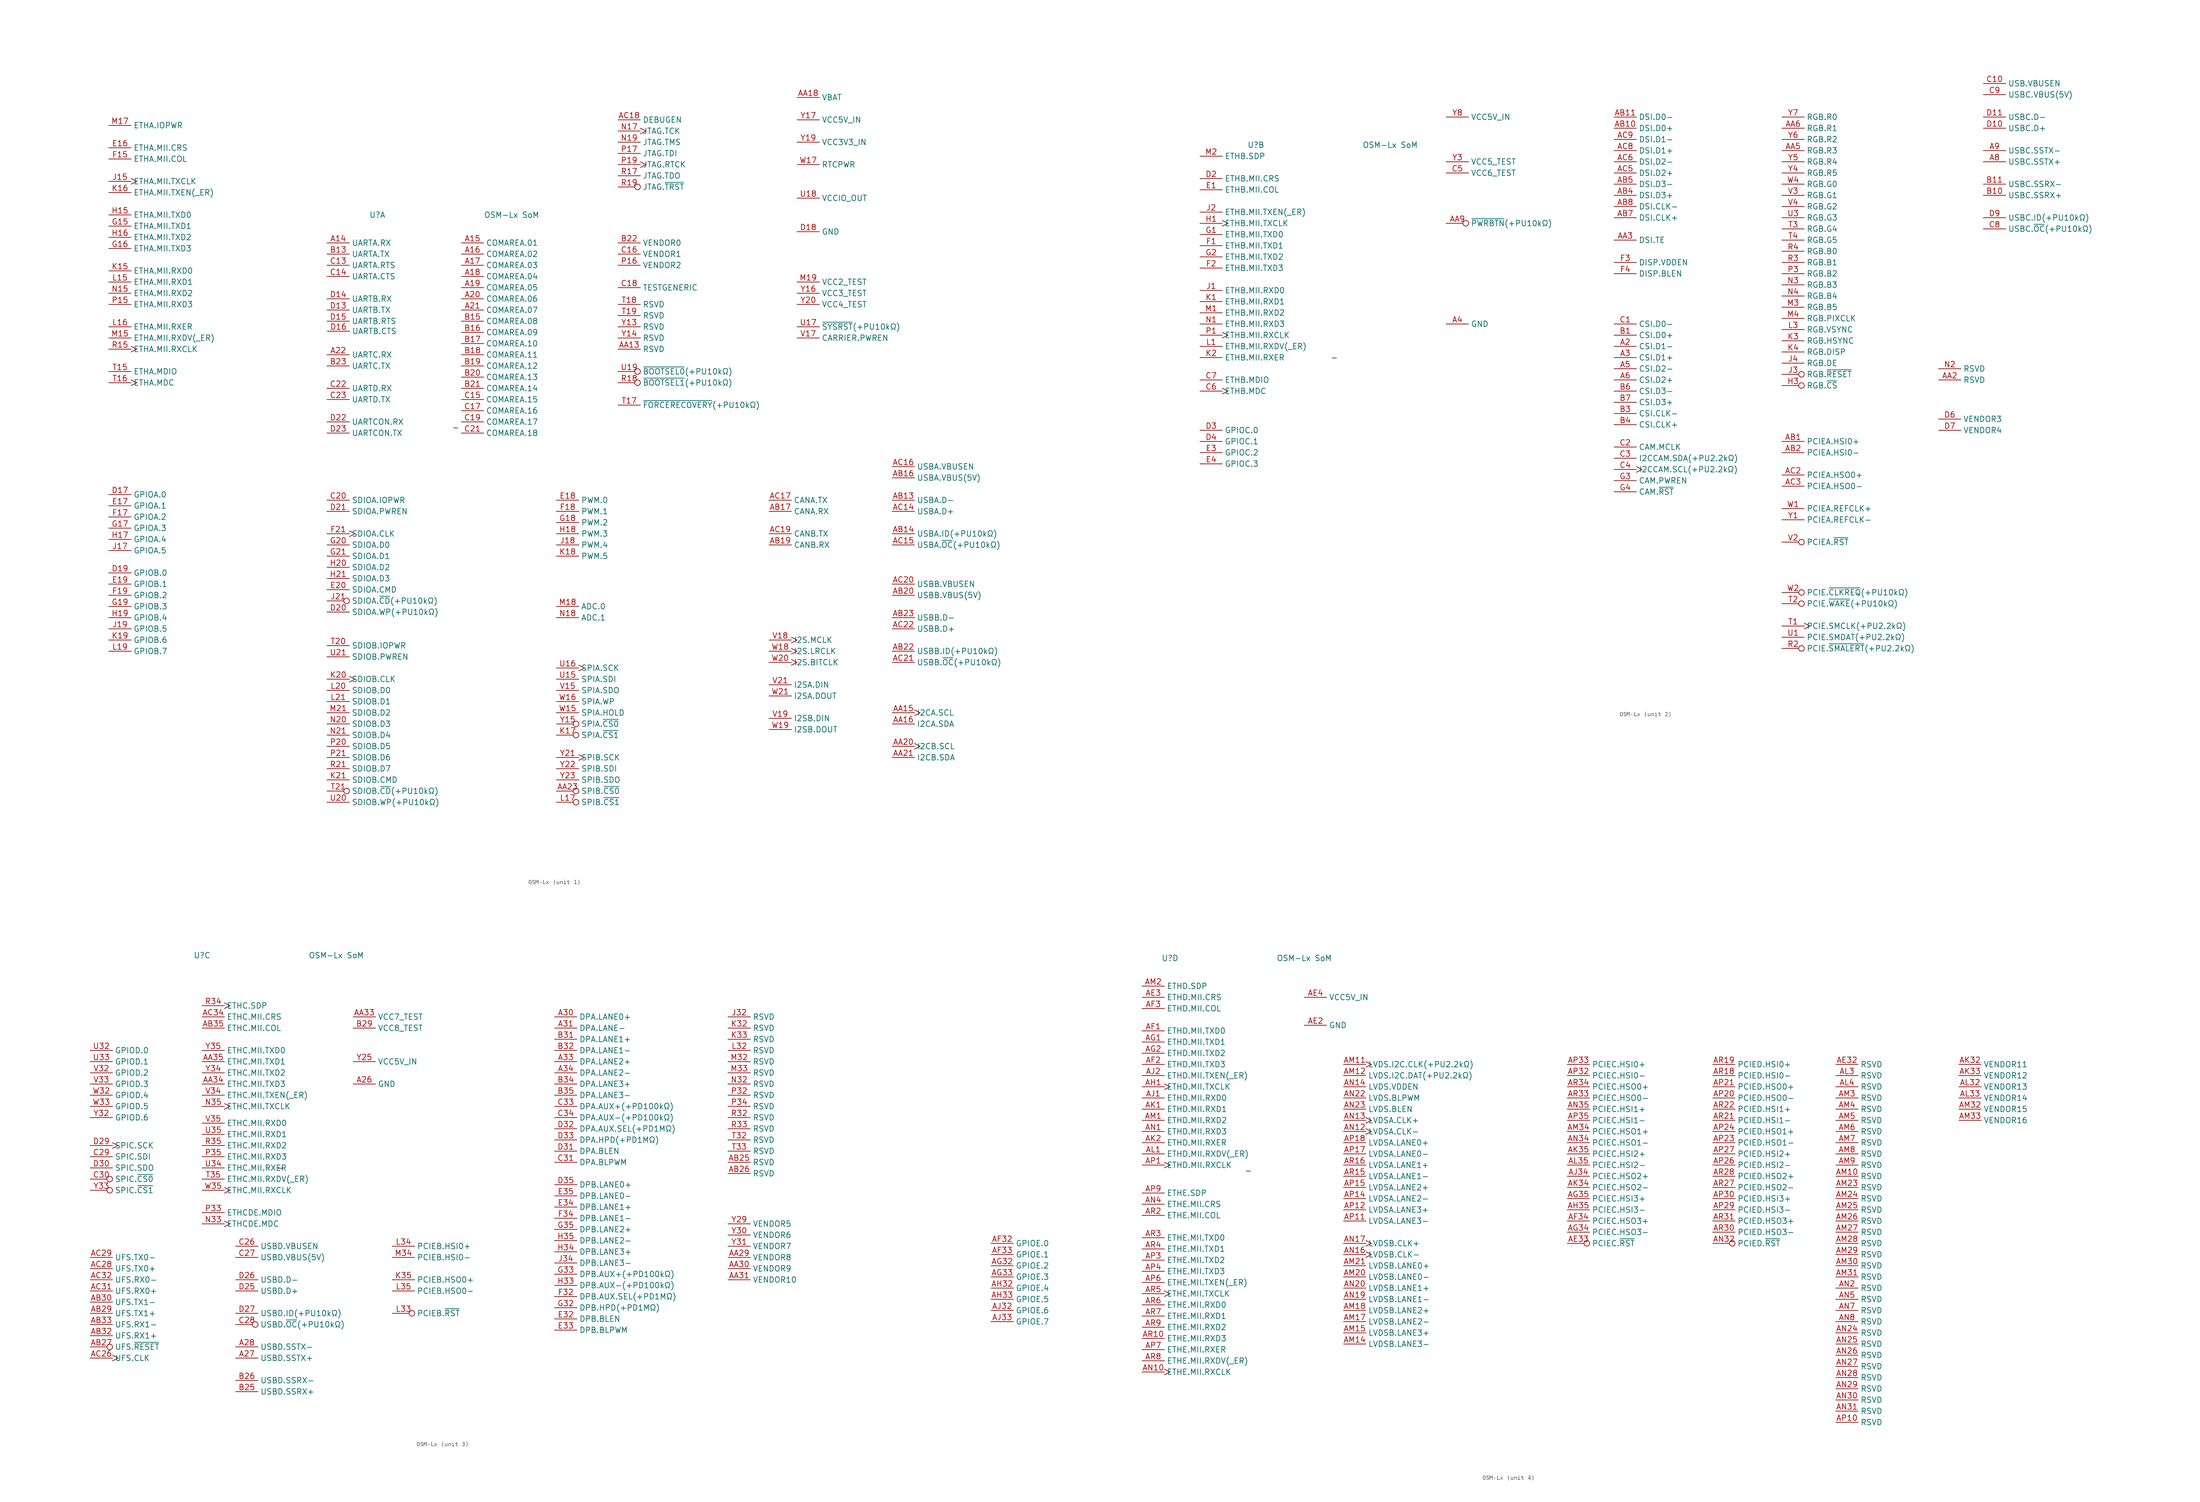
<source format=kicad_sym>
(kicad_symbol_lib
  (version 20231120)
  (generator "kicad_symbol_editor")
  (generator_version "8.0")
  (symbol "OSM-Lx"
    (property "Reference" "U"
      (at -17.78 48.26 0)
      (effects (font (size 1.27 1.27))))
    (property "Value" "OSM-Lx SoM"
      (at 12.7 48.26 0)
      (effects (font (size 1.27 1.27))))
    (property "MPN" "-"
      (at 0 0 0)
      (effects (font (size 1.27 1.27))))
    (property "ki_locked" ""
      (at 0 0 0)
      (effects (font (size 1.27 1.27))))
    (symbol "OSM-Lx_1_1"
      (pin input line (at -29.21 41.91 0) (length 5.08) (name "UARTA.RX" (effects (font (size 1.27 1.27)))) (number "A14" (effects (font (size 1.27 1.27)))))
      (pin bidirectional line (at 1.27 41.91 0) (length 5.08) (name "COMAREA.01" (effects (font (size 1.27 1.27)))) (number "A15" (effects (font (size 1.27 1.27)))) (alternate "ANT.GND" power_in line) (alternate "CH1.RX-" input line))
      (pin bidirectional line (at 1.27 39.37 0) (length 5.08) (name "COMAREA.02" (effects (font (size 1.27 1.27)))) (number "A16" (effects (font (size 1.27 1.27)))) (alternate "ANT.MAIN" bidirectional line) (alternate "CH1.LINK" open_collector line))
      (pin bidirectional line (at 1.27 36.83 0) (length 5.08) (name "COMAREA.03" (effects (font (size 1.27 1.27)))) (number "A17" (effects (font (size 1.27 1.27)))) (alternate "ANT.GND" power_in line) (alternate "CH1.TX-" output line))
      (pin bidirectional line (at 1.27 34.29 0) (length 5.08) (name "COMAREA.04" (effects (font (size 1.27 1.27)))) (number "A18" (effects (font (size 1.27 1.27)))) (alternate "ANT.GND" power_in line) (alternate "CH0.SYNCTRIGGER" output line))
      (pin bidirectional line (at 1.27 31.75 0) (length 5.08) (name "COMAREA.05" (effects (font (size 1.27 1.27)))) (number "A19" (effects (font (size 1.27 1.27)))) (alternate "ANT.GND" power_in line) (alternate "CH0.RX-" input line))
      (pin bidirectional line (at 1.27 29.21 0) (length 5.08) (name "COMAREA.06" (effects (font (size 1.27 1.27)))) (number "A20" (effects (font (size 1.27 1.27)))) (alternate "ANT.AUX" bidirectional line) (alternate "CH0.LINK" open_collector line))
      (pin bidirectional line (at 1.27 26.67 0) (length 5.08) (name "COMAREA.07" (effects (font (size 1.27 1.27)))) (number "A21" (effects (font (size 1.27 1.27)))) (alternate "ANT.GND" power_in line) (alternate "CH0.TX-" output line))
      (pin bidirectional line (at -29.21 16.51 0) (length 5.08) (name "UARTC.RX" (effects (font (size 1.27 1.27)))) (number "A22" (effects (font (size 1.27 1.27)))))
      (pin free line (at 36.83 17.78 0) (length 5.08) (name "RSVD" (effects (font (size 1.27 1.27)))) (number "AA13" (effects (font (size 1.27 1.27)))))
      (pin power_in line (at 77.47 44.45 0) (length 5.08) hide (name "GND" (effects (font (size 1.27 1.27)))) (number "AA14" (effects (font (size 1.27 1.27)))))
      (pin open_collector clock (at 99.06 -64.77 0) (length 5.08) (name "I2CA.SCL" (effects (font (size 1.27 1.27)))) (number "AA15" (effects (font (size 1.27 1.27)))))
      (pin open_collector line (at 99.06 -67.31 0) (length 5.08) (name "I2CA.SDA" (effects (font (size 1.27 1.27)))) (number "AA16" (effects (font (size 1.27 1.27)))))
      (pin power_in line (at 77.47 44.45 0) (length 5.08) hide (name "GND" (effects (font (size 1.27 1.27)))) (number "AA17" (effects (font (size 1.27 1.27)))))
      (pin power_in line (at 77.47 74.93 0) (length 5.08) (name "VBAT" (effects (font (size 1.27 1.27)))) (number "AA18" (effects (font (size 1.27 1.27)))))
      (pin power_in line (at 77.47 44.45 0) (length 5.08) hide (name "GND" (effects (font (size 1.27 1.27)))) (number "AA19" (effects (font (size 1.27 1.27)))))
      (pin open_collector clock (at 99.06 -72.39 0) (length 5.08) (name "I2CB.SCL" (effects (font (size 1.27 1.27)))) (number "AA20" (effects (font (size 1.27 1.27)))))
      (pin open_collector line (at 99.06 -74.93 0) (length 5.08) (name "I2CB.SDA" (effects (font (size 1.27 1.27)))) (number "AA21" (effects (font (size 1.27 1.27)))))
      (pin power_in line (at 77.47 44.45 0) (length 5.08) hide (name "GND" (effects (font (size 1.27 1.27)))) (number "AA22" (effects (font (size 1.27 1.27)))))
      (pin output inverted (at 22.86 -82.55 0) (length 5.08) (name "SPIB.~{CS0}" (effects (font (size 1.27 1.27)))) (number "AA23" (effects (font (size 1.27 1.27)))))
      (pin bidirectional line (at 99.06 -16.51 0) (length 5.08) (name "USBA.D-" (effects (font (size 1.27 1.27)))) (number "AB13" (effects (font (size 1.27 1.27)))))
      (pin open_collector line (at 99.06 -24.13 0) (length 5.08) (name "USBA.ID(+PU10kΩ)" (effects (font (size 1.27 1.27)))) (number "AB14" (effects (font (size 1.27 1.27)))))
      (pin power_in line (at 77.47 44.45 0) (length 5.08) hide (name "GND" (effects (font (size 1.27 1.27)))) (number "AB15" (effects (font (size 1.27 1.27)))))
      (pin input line (at 99.06 -11.43 0) (length 5.08) (name "USBA.VBUS(5V)" (effects (font (size 1.27 1.27)))) (number "AB16" (effects (font (size 1.27 1.27)))))
      (pin input line (at 71.12 -19.05 0) (length 5.08) (name "CANA.RX" (effects (font (size 1.27 1.27)))) (number "AB17" (effects (font (size 1.27 1.27)))))
      (pin power_in line (at 77.47 74.93 0) (length 5.08) hide (name "VBAT" (effects (font (size 1.27 1.27)))) (number "AB18" (effects (font (size 1.27 1.27)))))
      (pin input line (at 71.12 -26.67 0) (length 5.08) (name "CANB.RX" (effects (font (size 1.27 1.27)))) (number "AB19" (effects (font (size 1.27 1.27)))))
      (pin input line (at 99.06 -38.1 0) (length 5.08) (name "USBB.VBUS(5V)" (effects (font (size 1.27 1.27)))) (number "AB20" (effects (font (size 1.27 1.27)))))
      (pin power_in line (at 77.47 44.45 0) (length 5.08) hide (name "GND" (effects (font (size 1.27 1.27)))) (number "AB21" (effects (font (size 1.27 1.27)))))
      (pin open_collector line (at 99.06 -50.8 0) (length 5.08) (name "USBB.ID(+PU10kΩ)" (effects (font (size 1.27 1.27)))) (number "AB22" (effects (font (size 1.27 1.27)))))
      (pin bidirectional line (at 99.06 -43.18 0) (length 5.08) (name "USBB.D-" (effects (font (size 1.27 1.27)))) (number "AB23" (effects (font (size 1.27 1.27)))))
      (pin bidirectional line (at 99.06 -19.05 0) (length 5.08) (name "USBA.D+" (effects (font (size 1.27 1.27)))) (number "AC14" (effects (font (size 1.27 1.27)))))
      (pin open_collector line (at 99.06 -26.67 0) (length 5.08) (name "USBA.~{OC}(+PU10kΩ)" (effects (font (size 1.27 1.27)))) (number "AC15" (effects (font (size 1.27 1.27)))))
      (pin output line (at 99.06 -8.89 0) (length 5.08) (name "USBA.VBUSEN" (effects (font (size 1.27 1.27)))) (number "AC16" (effects (font (size 1.27 1.27)))))
      (pin output line (at 71.12 -16.51 0) (length 5.08) (name "CANA.TX" (effects (font (size 1.27 1.27)))) (number "AC17" (effects (font (size 1.27 1.27)))))
      (pin input line (at 36.83 69.85 0) (length 5.08) (name "DEBUGEN" (effects (font (size 1.27 1.27)))) (number "AC18" (effects (font (size 1.27 1.27)))))
      (pin output line (at 71.12 -24.13 0) (length 5.08) (name "CANB.TX" (effects (font (size 1.27 1.27)))) (number "AC19" (effects (font (size 1.27 1.27)))))
      (pin output line (at 99.06 -35.56 0) (length 5.08) (name "USBB.VBUSEN" (effects (font (size 1.27 1.27)))) (number "AC20" (effects (font (size 1.27 1.27)))))
      (pin open_collector line (at 99.06 -53.34 0) (length 5.08) (name "USBB.~{OC}(+PU10kΩ)" (effects (font (size 1.27 1.27)))) (number "AC21" (effects (font (size 1.27 1.27)))))
      (pin bidirectional line (at 99.06 -45.72 0) (length 5.08) (name "USBB.D+" (effects (font (size 1.27 1.27)))) (number "AC22" (effects (font (size 1.27 1.27)))))
      (pin output line (at -29.21 39.37 0) (length 5.08) (name "UARTA.TX" (effects (font (size 1.27 1.27)))) (number "B13" (effects (font (size 1.27 1.27)))))
      (pin bidirectional line (at 1.27 24.13 0) (length 5.08) (name "COMAREA.08" (effects (font (size 1.27 1.27)))) (number "B15" (effects (font (size 1.27 1.27)))) (alternate "ANT.GND" power_in line) (alternate "CH1.RX+" input line))
      (pin bidirectional line (at 1.27 21.59 0) (length 5.08) (name "COMAREA.09" (effects (font (size 1.27 1.27)))) (number "B16" (effects (font (size 1.27 1.27)))) (alternate "ANT.GND" power_in line) (alternate "CH1.ACT" open_collector line))
      (pin bidirectional line (at 1.27 19.05 0) (length 5.08) (name "COMAREA.10" (effects (font (size 1.27 1.27)))) (number "B17" (effects (font (size 1.27 1.27)))) (alternate "ANT.GND" power_in line) (alternate "CH1.TX+" output line))
      (pin bidirectional line (at 1.27 16.51 0) (length 5.08) (name "COMAREA.11" (effects (font (size 1.27 1.27)))) (number "B18" (effects (font (size 1.27 1.27)))) (alternate "ANT.GND" power_in line) (alternate "CH1.SYNCTRIGGER" output line))
      (pin bidirectional line (at 1.27 13.97 0) (length 5.08) (name "COMAREA.12" (effects (font (size 1.27 1.27)))) (number "B19" (effects (font (size 1.27 1.27)))) (alternate "ANT.GND" power_in line) (alternate "CH0.RX+" input line))
      (pin bidirectional line (at 1.27 11.43 0) (length 5.08) (name "COMAREA.13" (effects (font (size 1.27 1.27)))) (number "B20" (effects (font (size 1.27 1.27)))) (alternate "ANT.GND" power_in line) (alternate "CH0.ACT" open_collector line))
      (pin bidirectional line (at 1.27 8.89 0) (length 5.08) (name "COMAREA.14" (effects (font (size 1.27 1.27)))) (number "B21" (effects (font (size 1.27 1.27)))) (alternate "ANT.GND" power_in line) (alternate "CH0.TX+" output line))
      (pin unspecified line (at 36.83 41.91 0) (length 5.08) (name "VENDOR0" (effects (font (size 1.27 1.27)))) (number "B22" (effects (font (size 1.27 1.27)))))
      (pin bidirectional line (at -29.21 13.97 0) (length 5.08) (name "UARTC.TX" (effects (font (size 1.27 1.27)))) (number "B23" (effects (font (size 1.27 1.27)))))
      (pin output line (at -29.21 36.83 0) (length 5.08) (name "UARTA.RTS" (effects (font (size 1.27 1.27)))) (number "C13" (effects (font (size 1.27 1.27)))))
      (pin input line (at -29.21 34.29 0) (length 5.08) (name "UARTA.CTS" (effects (font (size 1.27 1.27)))) (number "C14" (effects (font (size 1.27 1.27)))))
      (pin bidirectional line (at 1.27 6.35 0) (length 5.08) (name "COMAREA.15" (effects (font (size 1.27 1.27)))) (number "C15" (effects (font (size 1.27 1.27)))) (alternate "ANT.MAIN.TEST" bidirectional line) (alternate "CH1.RXC" input line))
      (pin unspecified line (at 36.83 39.37 0) (length 5.08) (name "VENDOR1" (effects (font (size 1.27 1.27)))) (number "C16" (effects (font (size 1.27 1.27)))))
      (pin bidirectional line (at 1.27 3.81 0) (length 5.08) (name "COMAREA.16" (effects (font (size 1.27 1.27)))) (number "C17" (effects (font (size 1.27 1.27)))) (alternate "ANT.MAIN.TESTB" bidirectional line) (alternate "CH1.TXC" bidirectional line))
      (pin bidirectional line (at 36.83 31.75 0) (length 5.08) (name "TESTGENERIC" (effects (font (size 1.27 1.27)))) (number "C18" (effects (font (size 1.27 1.27)))))
      (pin bidirectional line (at 1.27 1.27 0) (length 5.08) (name "COMAREA.17" (effects (font (size 1.27 1.27)))) (number "C19" (effects (font (size 1.27 1.27)))) (alternate "ANT.AUX.TESTB" bidirectional line) (alternate "CH0.RXC" input line))
      (pin power_out line (at -29.21 -16.51 0) (length 5.08) (name "SDIOA.IOPWR" (effects (font (size 1.27 1.27)))) (number "C20" (effects (font (size 1.27 1.27)))))
      (pin bidirectional line (at 1.27 -1.27 0) (length 5.08) (name "COMAREA.18" (effects (font (size 1.27 1.27)))) (number "C21" (effects (font (size 1.27 1.27)))) (alternate "ANT.AUX.TEST" bidirectional line) (alternate "CH0.TXC" input line))
      (pin input line (at -29.21 8.89 0) (length 5.08) (name "UARTD.RX" (effects (font (size 1.27 1.27)))) (number "C22" (effects (font (size 1.27 1.27)))))
      (pin output line (at -29.21 6.35 0) (length 5.08) (name "UARTD.TX" (effects (font (size 1.27 1.27)))) (number "C23" (effects (font (size 1.27 1.27)))))
      (pin output line (at -29.21 26.67 0) (length 5.08) (name "UARTB.TX" (effects (font (size 1.27 1.27)))) (number "D13" (effects (font (size 1.27 1.27)))))
      (pin input line (at -29.21 29.21 0) (length 5.08) (name "UARTB.RX" (effects (font (size 1.27 1.27)))) (number "D14" (effects (font (size 1.27 1.27)))))
      (pin output line (at -29.21 24.13 0) (length 5.08) (name "UARTB.RTS" (effects (font (size 1.27 1.27)))) (number "D15" (effects (font (size 1.27 1.27)))))
      (pin input line (at -29.143 21.862 0) (length 5.08) (name "UARTB.CTS" (effects (font (size 1.27 1.27)))) (number "D16" (effects (font (size 1.27 1.27)))))
      (pin bidirectional line (at -78.74 -15.24 0) (length 5.08) (name "GPIOA.0" (effects (font (size 1.27 1.27)))) (number "D17" (effects (font (size 1.27 1.27)))))
      (pin power_in line (at 77.47 44.45 0) (length 5.08) (name "GND" (effects (font (size 1.27 1.27)))) (number "D18" (effects (font (size 1.27 1.27)))))
      (pin bidirectional line (at -78.74 -33.02 0) (length 5.08) (name "GPIOB.0" (effects (font (size 1.27 1.27)))) (number "D19" (effects (font (size 1.27 1.27)))))
      (pin open_collector line (at -29.21 -41.91 0) (length 5.08) (name "SDIOA.WP(+PU10kΩ)" (effects (font (size 1.27 1.27)))) (number "D20" (effects (font (size 1.27 1.27)))))
      (pin output line (at -29.21 -19.05 0) (length 5.08) (name "SDIOA.PWREN" (effects (font (size 1.27 1.27)))) (number "D21" (effects (font (size 1.27 1.27)))))
      (pin input line (at -29.21 1.27 0) (length 5.08) (name "UARTCON.RX" (effects (font (size 1.27 1.27)))) (number "D22" (effects (font (size 1.27 1.27)))))
      (pin output line (at -29.21 -1.27 0) (length 5.08) (name "UARTCON.TX" (effects (font (size 1.27 1.27)))) (number "D23" (effects (font (size 1.27 1.27)))))
      (pin power_in line (at 77.47 44.45 0) (length 5.08) hide (name "GND" (effects (font (size 1.27 1.27)))) (number "E15" (effects (font (size 1.27 1.27)))))
      (pin input line (at -78.74 63.5 0) (length 5.08) (name "ETHA.MII.CRS" (effects (font (size 1.27 1.27)))) (number "E16" (effects (font (size 1.27 1.27)))))
      (pin bidirectional line (at -78.74 -17.78 0) (length 5.08) (name "GPIOA.1" (effects (font (size 1.27 1.27)))) (number "E17" (effects (font (size 1.27 1.27)))))
      (pin output line (at 22.86 -16.51 0) (length 5.08) (name "PWM.0" (effects (font (size 1.27 1.27)))) (number "E18" (effects (font (size 1.27 1.27)))) (alternate "DISP.BLPWM" output line))
      (pin bidirectional line (at -78.74 -35.56 0) (length 5.08) (name "GPIOB.1" (effects (font (size 1.27 1.27)))) (number "E19" (effects (font (size 1.27 1.27)))))
      (pin bidirectional line (at -29.21 -36.83 0) (length 5.08) (name "SDIOA.CMD" (effects (font (size 1.27 1.27)))) (number "E20" (effects (font (size 1.27 1.27)))))
      (pin power_in line (at 77.47 44.45 0) (length 5.08) hide (name "GND" (effects (font (size 1.27 1.27)))) (number "E21" (effects (font (size 1.27 1.27)))))
      (pin input line (at -78.74 60.96 0) (length 5.08) (name "ETHA.MII.COL" (effects (font (size 1.27 1.27)))) (number "F15" (effects (font (size 1.27 1.27)))))
      (pin power_in line (at 77.47 44.45 0) (length 5.08) hide (name "GND" (effects (font (size 1.27 1.27)))) (number "F16" (effects (font (size 1.27 1.27)))))
      (pin bidirectional line (at -78.74 -20.32 0) (length 5.08) (name "GPIOA.2" (effects (font (size 1.27 1.27)))) (number "F17" (effects (font (size 1.27 1.27)))))
      (pin output line (at 22.86 -19.05 0) (length 5.08) (name "PWM.1" (effects (font (size 1.27 1.27)))) (number "F18" (effects (font (size 1.27 1.27)))))
      (pin bidirectional line (at -78.74 -38.1 0) (length 5.08) (name "GPIOB.2" (effects (font (size 1.27 1.27)))) (number "F19" (effects (font (size 1.27 1.27)))))
      (pin power_in line (at 77.47 44.45 0) (length 5.08) hide (name "GND" (effects (font (size 1.27 1.27)))) (number "F20" (effects (font (size 1.27 1.27)))))
      (pin output clock (at -29.21 -24.13 0) (length 5.08) (name "SDIOA.CLK" (effects (font (size 1.27 1.27)))) (number "F21" (effects (font (size 1.27 1.27)))))
      (pin output line (at -78.74 45.72 0) (length 5.08) (name "ETHA.MII.TXD1" (effects (font (size 1.27 1.27)))) (number "G15" (effects (font (size 1.27 1.27)))) (alternate "ETHA.RGMII.TXD1" output line) (alternate "ETHA.RMII.TXD1" output line) (alternate "ETHA.SGMII.TX-" output line))
      (pin output line (at -78.74 40.64 0) (length 5.08) (name "ETHA.MII.TXD3" (effects (font (size 1.27 1.27)))) (number "G16" (effects (font (size 1.27 1.27)))) (alternate "ETHA.RGMII.TXD3" output line) (alternate "ETHA.SGMII.CLK-" input clock))
      (pin bidirectional line (at -78.74 -22.86 0) (length 5.08) (name "GPIOA.3" (effects (font (size 1.27 1.27)))) (number "G17" (effects (font (size 1.27 1.27)))))
      (pin output line (at 22.86 -21.59 0) (length 5.08) (name "PWM.2" (effects (font (size 1.27 1.27)))) (number "G18" (effects (font (size 1.27 1.27)))))
      (pin bidirectional line (at -78.74 -40.64 0) (length 5.08) (name "GPIOB.3" (effects (font (size 1.27 1.27)))) (number "G19" (effects (font (size 1.27 1.27)))))
      (pin bidirectional line (at -29.21 -26.67 0) (length 5.08) (name "SDIOA.D0" (effects (font (size 1.27 1.27)))) (number "G20" (effects (font (size 1.27 1.27)))))
      (pin bidirectional line (at -29.21 -29.21 0) (length 5.08) (name "SDIOA.D1" (effects (font (size 1.27 1.27)))) (number "G21" (effects (font (size 1.27 1.27)))))
      (pin output line (at -78.74 48.26 0) (length 5.08) (name "ETHA.MII.TXD0" (effects (font (size 1.27 1.27)))) (number "H15" (effects (font (size 1.27 1.27)))) (alternate "ETHA.RGMII.TXD0" output line) (alternate "ETHA.RMII.TXD0" output line) (alternate "ETHA.SGMII.TX+" output line))
      (pin output line (at -78.74 43.18 0) (length 5.08) (name "ETHA.MII.TXD2" (effects (font (size 1.27 1.27)))) (number "H16" (effects (font (size 1.27 1.27)))) (alternate "ETHA.RGMII.TXD2" output line) (alternate "ETHA.SGMII.CLK+" input clock))
      (pin bidirectional line (at -78.74 -25.4 0) (length 5.08) (name "GPIOA.4" (effects (font (size 1.27 1.27)))) (number "H17" (effects (font (size 1.27 1.27)))))
      (pin output line (at 22.86 -24.13 0) (length 5.08) (name "PWM.3" (effects (font (size 1.27 1.27)))) (number "H18" (effects (font (size 1.27 1.27)))))
      (pin bidirectional line (at -78.74 -43.18 0) (length 5.08) (name "GPIOB.4" (effects (font (size 1.27 1.27)))) (number "H19" (effects (font (size 1.27 1.27)))))
      (pin bidirectional line (at -29.21 -31.75 0) (length 5.08) (name "SDIOA.D2" (effects (font (size 1.27 1.27)))) (number "H20" (effects (font (size 1.27 1.27)))))
      (pin bidirectional line (at -29.21 -34.29 0) (length 5.08) (name "SDIOA.D3" (effects (font (size 1.27 1.27)))) (number "H21" (effects (font (size 1.27 1.27)))))
      (pin output clock (at -78.74 55.88 0) (length 5.08) (name "ETHA.MII.TXCLK" (effects (font (size 1.27 1.27)))) (number "J15" (effects (font (size 1.27 1.27)))) (alternate "ETHA.RGMII.TXC" output clock) (alternate "ETHA.RMII.REFCLK" bidirectional clock))
      (pin power_in line (at 77.47 44.45 0) (length 5.08) hide (name "GND" (effects (font (size 1.27 1.27)))) (number "J16" (effects (font (size 1.27 1.27)))))
      (pin bidirectional line (at -78.74 -27.94 0) (length 5.08) (name "GPIOA.5" (effects (font (size 1.27 1.27)))) (number "J17" (effects (font (size 1.27 1.27)))))
      (pin output line (at 22.86 -26.67 0) (length 5.08) (name "PWM.4" (effects (font (size 1.27 1.27)))) (number "J18" (effects (font (size 1.27 1.27)))))
      (pin bidirectional line (at -78.74 -45.72 0) (length 5.08) (name "GPIOB.5" (effects (font (size 1.27 1.27)))) (number "J19" (effects (font (size 1.27 1.27)))))
      (pin power_in line (at 77.47 44.45 0) (length 5.08) hide (name "GND" (effects (font (size 1.27 1.27)))) (number "J20" (effects (font (size 1.27 1.27)))))
      (pin open_collector inverted (at -29.21 -39.37 0) (length 5.08) (name "SDIOA.~{CD}(+PU10kΩ)" (effects (font (size 1.27 1.27)))) (number "J21" (effects (font (size 1.27 1.27)))))
      (pin input line (at -78.74 35.56 0) (length 5.08) (name "ETHA.MII.RXD0" (effects (font (size 1.27 1.27)))) (number "K15" (effects (font (size 1.27 1.27)))) (alternate "ETHA.RGMII.RXD0" input line) (alternate "ETHA.RMII.RXD0" input line) (alternate "ETHA.SGMII.RX+" input line))
      (pin output line (at -78.74 53.34 0) (length 5.08) (name "ETHA.MII.TXEN(_ER)" (effects (font (size 1.27 1.27)))) (number "K16" (effects (font (size 1.27 1.27)))) (alternate "ETHA.RGMII.TXCTL" output line) (alternate "ETHA.RMII.TXEN(_ER)" output line))
      (pin output inverted (at 22.86 -69.85 0) (length 5.08) (name "SPIA.~{CS1}" (effects (font (size 1.27 1.27)))) (number "K17" (effects (font (size 1.27 1.27)))) (alternate "GPIOA.6" bidirectional line))
      (pin output line (at 22.86 -29.21 0) (length 5.08) (name "PWM.5" (effects (font (size 1.27 1.27)))) (number "K18" (effects (font (size 1.27 1.27)))))
      (pin bidirectional line (at -78.74 -48.26 0) (length 5.08) (name "GPIOB.6" (effects (font (size 1.27 1.27)))) (number "K19" (effects (font (size 1.27 1.27)))))
      (pin output clock (at -29.21 -57.15 0) (length 5.08) (name "SDIOB.CLK" (effects (font (size 1.27 1.27)))) (number "K20" (effects (font (size 1.27 1.27)))))
      (pin bidirectional line (at -29.21 -80.01 0) (length 5.08) (name "SDIOB.CMD" (effects (font (size 1.27 1.27)))) (number "K21" (effects (font (size 1.27 1.27)))))
      (pin input line (at -78.74 33.02 0) (length 5.08) (name "ETHA.MII.RXD1" (effects (font (size 1.27 1.27)))) (number "L15" (effects (font (size 1.27 1.27)))) (alternate "ETHA.RGMII.RXD1" input line) (alternate "ETHA.RMII.RXD1" input line) (alternate "ETHA.SGMII.RX-" input line))
      (pin input line (at -78.74 22.86 0) (length 5.08) (name "ETHA.MII.RXER" (effects (font (size 1.27 1.27)))) (number "L16" (effects (font (size 1.27 1.27)))) (alternate "ETHA.RMII.RXER" input line))
      (pin output inverted (at 22.86 -85.09 0) (length 5.08) (name "SPIB.~{CS1}" (effects (font (size 1.27 1.27)))) (number "L17" (effects (font (size 1.27 1.27)))) (alternate "GPIOA.7" bidirectional line))
      (pin power_in line (at 77.47 44.45 0) (length 5.08) hide (name "GND" (effects (font (size 1.27 1.27)))) (number "L18" (effects (font (size 1.27 1.27)))))
      (pin bidirectional line (at -78.74 -50.8 0) (length 5.08) (name "GPIOB.7" (effects (font (size 1.27 1.27)))) (number "L19" (effects (font (size 1.27 1.27)))))
      (pin bidirectional line (at -29.21 -59.69 0) (length 5.08) (name "SDIOB.D0" (effects (font (size 1.27 1.27)))) (number "L20" (effects (font (size 1.27 1.27)))))
      (pin bidirectional line (at -29.21 -62.23 0) (length 5.08) (name "SDIOB.D1" (effects (font (size 1.27 1.27)))) (number "L21" (effects (font (size 1.27 1.27)))))
      (pin input line (at -78.74 20.32 0) (length 5.08) (name "ETHA.MII.RXDV(_ER)" (effects (font (size 1.27 1.27)))) (number "M15" (effects (font (size 1.27 1.27)))) (alternate "ETHA.RGMII.RXCTL" input line) (alternate "ETHA.RMII.RXDV(_ER)" input line))
      (pin power_in line (at 77.47 44.45 0) (length 5.08) hide (name "GND" (effects (font (size 1.27 1.27)))) (number "M16" (effects (font (size 1.27 1.27)))))
      (pin power_out line (at -78.74 68.58 0) (length 5.08) (name "ETHA.IOPWR" (effects (font (size 1.27 1.27)))) (number "M17" (effects (font (size 1.27 1.27)))))
      (pin input line (at 22.86 -40.64 0) (length 5.08) (name "ADC.0" (effects (font (size 1.27 1.27)))) (number "M18" (effects (font (size 1.27 1.27)))))
      (pin passive line (at 77.47 33.02 0) (length 5.08) (name "VCC2_TEST" (effects (font (size 1.27 1.27)))) (number "M19" (effects (font (size 1.27 1.27)))))
      (pin power_in line (at 77.47 44.45 0) (length 5.08) hide (name "GND" (effects (font (size 1.27 1.27)))) (number "M20" (effects (font (size 1.27 1.27)))))
      (pin bidirectional line (at -29.21 -64.77 0) (length 5.08) (name "SDIOB.D2" (effects (font (size 1.27 1.27)))) (number "M21" (effects (font (size 1.27 1.27)))))
      (pin input line (at -78.74 30.48 0) (length 5.08) (name "ETHA.MII.RXD2" (effects (font (size 1.27 1.27)))) (number "N15" (effects (font (size 1.27 1.27)))) (alternate "ETHA.RGMII.RXD2" input line))
      (pin input clock (at 36.83 67.31 0) (length 5.08) (name "JTAG.TCK" (effects (font (size 1.27 1.27)))) (number "N17" (effects (font (size 1.27 1.27)))) (alternate "SWCLK" input clock))
      (pin input line (at 22.86 -43.18 0) (length 5.08) (name "ADC.1" (effects (font (size 1.27 1.27)))) (number "N18" (effects (font (size 1.27 1.27)))))
      (pin input line (at 36.83 64.77 0) (length 5.08) (name "JTAG.TMS" (effects (font (size 1.27 1.27)))) (number "N19" (effects (font (size 1.27 1.27)))) (alternate "SWDIO" bidirectional line))
      (pin bidirectional line (at -29.21 -67.31 0) (length 5.08) (name "SDIOB.D3" (effects (font (size 1.27 1.27)))) (number "N20" (effects (font (size 1.27 1.27)))))
      (pin bidirectional line (at -29.21 -69.85 0) (length 5.08) (name "SDIOB.D4" (effects (font (size 1.27 1.27)))) (number "N21" (effects (font (size 1.27 1.27)))))
      (pin input line (at -78.74 27.94 0) (length 5.08) (name "ETHA.MII.RXD3" (effects (font (size 1.27 1.27)))) (number "P15" (effects (font (size 1.27 1.27)))) (alternate "ETHA.RGMII.RXD3" input line))
      (pin unspecified line (at 36.83 36.83 0) (length 5.08) (name "VENDOR2" (effects (font (size 1.27 1.27)))) (number "P16" (effects (font (size 1.27 1.27)))))
      (pin input line (at 36.83 62.23 0) (length 5.08) (name "JTAG.TDI" (effects (font (size 1.27 1.27)))) (number "P17" (effects (font (size 1.27 1.27)))))
      (pin power_in line (at 77.47 44.45 0) (length 5.08) hide (name "GND" (effects (font (size 1.27 1.27)))) (number "P18" (effects (font (size 1.27 1.27)))))
      (pin output clock (at 36.83 59.69 0) (length 5.08) (name "JTAG.RTCK" (effects (font (size 1.27 1.27)))) (number "P19" (effects (font (size 1.27 1.27)))))
      (pin bidirectional line (at -29.21 -72.39 0) (length 5.08) (name "SDIOB.D5" (effects (font (size 1.27 1.27)))) (number "P20" (effects (font (size 1.27 1.27)))))
      (pin bidirectional line (at -29.21 -74.93 0) (length 5.08) (name "SDIOB.D6" (effects (font (size 1.27 1.27)))) (number "P21" (effects (font (size 1.27 1.27)))))
      (pin input clock (at -78.74 17.78 0) (length 5.08) (name "ETHA.MII.RXCLK" (effects (font (size 1.27 1.27)))) (number "R15" (effects (font (size 1.27 1.27)))) (alternate "ETHA.RGMII.RXC" input clock))
      (pin power_in line (at 77.47 44.45 0) (length 5.08) hide (name "GND" (effects (font (size 1.27 1.27)))) (number "R16" (effects (font (size 1.27 1.27)))))
      (pin output line (at 36.83 57.15 0) (length 5.08) (name "JTAG.TDO" (effects (font (size 1.27 1.27)))) (number "R17" (effects (font (size 1.27 1.27)))) (alternate "SWO" output line))
      (pin open_collector inverted (at 36.83 10.16 0) (length 5.08) (name "~{BOOTSEL1}(+PU10kΩ)" (effects (font (size 1.27 1.27)))) (number "R18" (effects (font (size 1.27 1.27)))))
      (pin input inverted (at 36.83 54.61 0) (length 5.08) (name "JTAG.~{TRST}" (effects (font (size 1.27 1.27)))) (number "R19" (effects (font (size 1.27 1.27)))))
      (pin power_in line (at 77.47 44.45 0) (length 5.08) hide (name "GND" (effects (font (size 1.27 1.27)))) (number "R20" (effects (font (size 1.27 1.27)))))
      (pin bidirectional line (at -29.21 -77.47 0) (length 5.08) (name "SDIOB.D7" (effects (font (size 1.27 1.27)))) (number "R21" (effects (font (size 1.27 1.27)))))
      (pin bidirectional line (at -78.74 12.7 0) (length 5.08) (name "ETHA.MDIO" (effects (font (size 1.27 1.27)))) (number "T15" (effects (font (size 1.27 1.27)))))
      (pin output clock (at -78.74 10.16 0) (length 5.08) (name "ETHA.MDC" (effects (font (size 1.27 1.27)))) (number "T16" (effects (font (size 1.27 1.27)))))
      (pin open_collector line (at 36.83 5.08 0) (length 5.08) (name "~{FORCERECOVERY}(+PU10kΩ)" (effects (font (size 1.27 1.27)))) (number "T17" (effects (font (size 1.27 1.27)))))
      (pin free line (at 36.83 27.94 0) (length 5.08) (name "RSVD" (effects (font (size 1.27 1.27)))) (number "T18" (effects (font (size 1.27 1.27)))))
      (pin free line (at 36.83 25.4 0) (length 5.08) (name "RSVD" (effects (font (size 1.27 1.27)))) (number "T19" (effects (font (size 1.27 1.27)))))
      (pin power_out line (at -29.21 -49.53 0) (length 5.08) (name "SDIOB.IOPWR" (effects (font (size 1.27 1.27)))) (number "T20" (effects (font (size 1.27 1.27)))))
      (pin open_collector inverted (at -29.21 -82.55 0) (length 5.08) (name "SDIOB.~{CD}(+PU10kΩ)" (effects (font (size 1.27 1.27)))) (number "T21" (effects (font (size 1.27 1.27)))))
      (pin input line (at 22.86 -57.15 0) (length 5.08) (name "SPIA.SDI" (effects (font (size 1.27 1.27)))) (number "U15" (effects (font (size 1.27 1.27)))) (alternate "QSPI.D0" bidirectional line))
      (pin output clock (at 22.86 -54.61 0) (length 5.08) (name "SPIA.SCK" (effects (font (size 1.27 1.27)))) (number "U16" (effects (font (size 1.27 1.27)))))
      (pin open_collector line (at 77.47 22.86 0) (length 5.08) (name "~{SYSRST}(+PU10kΩ)" (effects (font (size 1.27 1.27)))) (number "U17" (effects (font (size 1.27 1.27)))))
      (pin power_out line (at 77.47 52.07 0) (length 5.08) (name "VCCIO_OUT" (effects (font (size 1.27 1.27)))) (number "U18" (effects (font (size 1.27 1.27)))))
      (pin open_collector inverted (at 36.83 12.7 0) (length 5.08) (name "~{BOOTSEL0}(+PU10kΩ)" (effects (font (size 1.27 1.27)))) (number "U19" (effects (font (size 1.27 1.27)))))
      (pin open_collector line (at -29.21 -85.09 0) (length 5.08) (name "SDIOB.WP(+PU10kΩ)" (effects (font (size 1.27 1.27)))) (number "U20" (effects (font (size 1.27 1.27)))))
      (pin output line (at -29.21 -52.07 0) (length 5.08) (name "SDIOB.PWREN" (effects (font (size 1.27 1.27)))) (number "U21" (effects (font (size 1.27 1.27)))))
      (pin output line (at 22.86 -59.69 0) (length 5.08) (name "SPIA.SDO" (effects (font (size 1.27 1.27)))) (number "V15" (effects (font (size 1.27 1.27)))) (alternate "QSPI.D1" bidirectional line))
      (pin power_in line (at 77.47 44.45 0) (length 5.08) hide (name "GND" (effects (font (size 1.27 1.27)))) (number "V16" (effects (font (size 1.27 1.27)))))
      (pin output line (at 77.47 20.32 0) (length 5.08) (name "CARRIER.PWREN" (effects (font (size 1.27 1.27)))) (number "V17" (effects (font (size 1.27 1.27)))))
      (pin bidirectional clock (at 71.12 -48.26 0) (length 5.08) (name "I2S.MCLK" (effects (font (size 1.27 1.27)))) (number "V18" (effects (font (size 1.27 1.27)))))
      (pin bidirectional line (at 71.12 -66.04 0) (length 5.08) (name "I2SB.DIN" (effects (font (size 1.27 1.27)))) (number "V19" (effects (font (size 1.27 1.27)))))
      (pin power_in line (at 77.47 44.45 0) (length 5.08) hide (name "GND" (effects (font (size 1.27 1.27)))) (number "V20" (effects (font (size 1.27 1.27)))))
      (pin bidirectional line (at 71.12 -58.42 0) (length 5.08) (name "I2SA.DIN" (effects (font (size 1.27 1.27)))) (number "V21" (effects (font (size 1.27 1.27)))))
      (pin output line (at 22.86 -64.77 0) (length 5.08) (name "SPIA.HOLD" (effects (font (size 1.27 1.27)))) (number "W15" (effects (font (size 1.27 1.27)))) (alternate "QSPI.D3" bidirectional line))
      (pin output line (at 22.86 -62.23 0) (length 5.08) (name "SPIA.WP" (effects (font (size 1.27 1.27)))) (number "W16" (effects (font (size 1.27 1.27)))) (alternate "QSPI.D2" bidirectional line))
      (pin power_in line (at 77.47 59.69 0) (length 5.08) (name "RTCPWR" (effects (font (size 1.27 1.27)))) (number "W17" (effects (font (size 1.27 1.27)))))
      (pin bidirectional clock (at 71.12 -50.8 0) (length 5.08) (name "I2S.LRCLK" (effects (font (size 1.27 1.27)))) (number "W18" (effects (font (size 1.27 1.27)))))
      (pin bidirectional line (at 71.12 -68.58 0) (length 5.08) (name "I2SB.DOUT" (effects (font (size 1.27 1.27)))) (number "W19" (effects (font (size 1.27 1.27)))))
      (pin bidirectional clock (at 71.12 -53.34 0) (length 5.08) (name "I2S.BITCLK" (effects (font (size 1.27 1.27)))) (number "W20" (effects (font (size 1.27 1.27)))))
      (pin bidirectional line (at 71.12 -60.96 0) (length 5.08) (name "I2SA.DOUT" (effects (font (size 1.27 1.27)))) (number "W21" (effects (font (size 1.27 1.27)))))
      (pin free line (at 36.83 22.86 0) (length 5.08) (name "RSVD" (effects (font (size 1.27 1.27)))) (number "Y13" (effects (font (size 1.27 1.27)))))
      (pin free line (at 36.83 20.32 0) (length 5.08) (name "RSVD" (effects (font (size 1.27 1.27)))) (number "Y14" (effects (font (size 1.27 1.27)))))
      (pin output inverted (at 22.86 -67.31 0) (length 5.08) (name "SPIA.~{CS0}" (effects (font (size 1.27 1.27)))) (number "Y15" (effects (font (size 1.27 1.27)))))
      (pin passive line (at 77.47 30.48 0) (length 5.08) (name "VCC3_TEST" (effects (font (size 1.27 1.27)))) (number "Y16" (effects (font (size 1.27 1.27)))))
      (pin power_in line (at 77.47 69.85 0) (length 5.08) (name "VCC5V_IN" (effects (font (size 1.27 1.27)))) (number "Y17" (effects (font (size 1.27 1.27)))))
      (pin power_in line (at 77.47 44.45 0) (length 5.08) hide (name "GND" (effects (font (size 1.27 1.27)))) (number "Y18" (effects (font (size 1.27 1.27)))))
      (pin power_in line (at 77.47 64.77 0) (length 5.08) (name "VCC3V3_IN" (effects (font (size 1.27 1.27)))) (number "Y19" (effects (font (size 1.27 1.27)))))
      (pin passive line (at 77.47 27.94 0) (length 5.08) (name "VCC4_TEST" (effects (font (size 1.27 1.27)))) (number "Y20" (effects (font (size 1.27 1.27)))))
      (pin output clock (at 22.86 -74.93 0) (length 5.08) (name "SPIB.SCK" (effects (font (size 1.27 1.27)))) (number "Y21" (effects (font (size 1.27 1.27)))))
      (pin input line (at 22.86 -77.47 0) (length 5.08) (name "SPIB.SDI" (effects (font (size 1.27 1.27)))) (number "Y22" (effects (font (size 1.27 1.27)))))
      (pin output line (at 22.86 -80.01 0) (length 5.08) (name "SPIB.SDO" (effects (font (size 1.27 1.27)))) (number "Y23" (effects (font (size 1.27 1.27))))))
    (symbol "OSM-Lx_2_1"
      (pin power_in line (at 25.4 7.62 0) (length 5.08) hide (name "GND" (effects (font (size 1.27 1.27)))) (number "A10" (effects (font (size 1.27 1.27)))))
      (pin input line (at 63.5 2.54 0) (length 5.08) (name "CSI.D1-" (effects (font (size 1.27 1.27)))) (number "A2" (effects (font (size 1.27 1.27)))))
      (pin input line (at 63.5 0 0) (length 5.08) (name "CSI.D1+" (effects (font (size 1.27 1.27)))) (number "A3" (effects (font (size 1.27 1.27)))))
      (pin power_in line (at 25.4 7.62 0) (length 5.08) (name "GND" (effects (font (size 1.27 1.27)))) (number "A4" (effects (font (size 1.27 1.27)))))
      (pin input line (at 63.5 -2.54 0) (length 5.08) (name "CSI.D2-" (effects (font (size 1.27 1.27)))) (number "A5" (effects (font (size 1.27 1.27)))))
      (pin input line (at 63.5 -5.08 0) (length 5.08) (name "CSI.D2+" (effects (font (size 1.27 1.27)))) (number "A6" (effects (font (size 1.27 1.27)))))
      (pin power_in line (at 25.4 7.62 0) (length 5.08) hide (name "GND" (effects (font (size 1.27 1.27)))) (number "A7" (effects (font (size 1.27 1.27)))))
      (pin output line (at 147.32 44.45 0) (length 5.08) (name "USBC.SSTX+" (effects (font (size 1.27 1.27)))) (number "A8" (effects (font (size 1.27 1.27)))))
      (pin output line (at 147.32 46.99 0) (length 5.08) (name "USBC.SSTX-" (effects (font (size 1.27 1.27)))) (number "A9" (effects (font (size 1.27 1.27)))))
      (pin power_in line (at 25.4 7.62 0) (length 5.08) hide (name "GND" (effects (font (size 1.27 1.27)))) (number "AA1" (effects (font (size 1.27 1.27)))))
      (pin power_in line (at 25.4 7.62 0) (length 5.08) hide (name "GND" (effects (font (size 1.27 1.27)))) (number "AA10" (effects (font (size 1.27 1.27)))))
      (pin power_in line (at 25.4 7.62 0) (length 5.08) hide (name "GND" (effects (font (size 1.27 1.27)))) (number "AA11" (effects (font (size 1.27 1.27)))))
      (pin free line (at 137.16 -5.08 0) (length 5.08) (name "RSVD" (effects (font (size 1.27 1.27)))) (number "AA2" (effects (font (size 1.27 1.27)))))
      (pin input line (at 63.5 26.67 0) (length 5.08) (name "DSI.TE" (effects (font (size 1.27 1.27)))) (number "AA3" (effects (font (size 1.27 1.27)))))
      (pin power_in line (at 25.4 7.62 0) (length 5.08) hide (name "GND" (effects (font (size 1.27 1.27)))) (number "AA4" (effects (font (size 1.27 1.27)))))
      (pin output line (at 101.6 46.99 0) (length 5.08) (name "RGB.R3" (effects (font (size 1.27 1.27)))) (number "AA5" (effects (font (size 1.27 1.27)))))
      (pin output line (at 101.6 52.07 0) (length 5.08) (name "RGB.R1" (effects (font (size 1.27 1.27)))) (number "AA6" (effects (font (size 1.27 1.27)))))
      (pin power_in line (at 25.4 7.62 0) (length 5.08) hide (name "GND" (effects (font (size 1.27 1.27)))) (number "AA7" (effects (font (size 1.27 1.27)))))
      (pin power_in line (at 25.4 7.62 0) (length 5.08) hide (name "GND" (effects (font (size 1.27 1.27)))) (number "AA8" (effects (font (size 1.27 1.27)))))
      (pin open_collector inverted (at 25.4 30.48 0) (length 5.08) (name "~{PWRBTN}(+PU10kΩ)" (effects (font (size 1.27 1.27)))) (number "AA9" (effects (font (size 1.27 1.27)))))
      (pin input line (at 101.6 -19.05 0) (length 5.08) (name "PCIEA.HSI0+" (effects (font (size 1.27 1.27)))) (number "AB1" (effects (font (size 1.27 1.27)))))
      (pin output line (at 63.5 52.07 0) (length 5.08) (name "DSI.D0+" (effects (font (size 1.27 1.27)))) (number "AB10" (effects (font (size 1.27 1.27)))))
      (pin output line (at 63.5 54.61 0) (length 5.08) (name "DSI.D0-" (effects (font (size 1.27 1.27)))) (number "AB11" (effects (font (size 1.27 1.27)))))
      (pin input line (at 101.6 -21.59 0) (length 5.08) (name "PCIEA.HSI0-" (effects (font (size 1.27 1.27)))) (number "AB2" (effects (font (size 1.27 1.27)))))
      (pin power_in line (at 25.4 7.62 0) (length 5.08) hide (name "GND" (effects (font (size 1.27 1.27)))) (number "AB3" (effects (font (size 1.27 1.27)))))
      (pin output line (at 63.5 36.83 0) (length 5.08) (name "DSI.D3+" (effects (font (size 1.27 1.27)))) (number "AB4" (effects (font (size 1.27 1.27)))))
      (pin output line (at 63.5 39.37 0) (length 5.08) (name "DSI.D3-" (effects (font (size 1.27 1.27)))) (number "AB5" (effects (font (size 1.27 1.27)))))
      (pin power_in line (at 25.4 7.62 0) (length 5.08) hide (name "GND" (effects (font (size 1.27 1.27)))) (number "AB6" (effects (font (size 1.27 1.27)))))
      (pin output line (at 63.5 31.75 0) (length 5.08) (name "DSI.CLK+" (effects (font (size 1.27 1.27)))) (number "AB7" (effects (font (size 1.27 1.27)))))
      (pin output line (at 63.5 34.29 0) (length 5.08) (name "DSI.CLK-" (effects (font (size 1.27 1.27)))) (number "AB8" (effects (font (size 1.27 1.27)))))
      (pin power_in line (at 25.4 7.62 0) (length 5.08) hide (name "GND" (effects (font (size 1.27 1.27)))) (number "AB9" (effects (font (size 1.27 1.27)))))
      (pin power_in line (at 25.4 7.62 0) (length 5.08) hide (name "GND" (effects (font (size 1.27 1.27)))) (number "AC10" (effects (font (size 1.27 1.27)))))
      (pin output line (at 101.6 -26.67 0) (length 5.08) (name "PCIEA.HSO0+" (effects (font (size 1.27 1.27)))) (number "AC2" (effects (font (size 1.27 1.27)))))
      (pin output line (at 101.6 -29.21 0) (length 5.08) (name "PCIEA.HSO0-" (effects (font (size 1.27 1.27)))) (number "AC3" (effects (font (size 1.27 1.27)))))
      (pin power_in line (at 25.4 7.62 0) (length 5.08) hide (name "GND" (effects (font (size 1.27 1.27)))) (number "AC4" (effects (font (size 1.27 1.27)))))
      (pin output line (at 63.5 41.91 0) (length 5.08) (name "DSI.D2+" (effects (font (size 1.27 1.27)))) (number "AC5" (effects (font (size 1.27 1.27)))))
      (pin output line (at 63.5 44.45 0) (length 5.08) (name "DSI.D2-" (effects (font (size 1.27 1.27)))) (number "AC6" (effects (font (size 1.27 1.27)))))
      (pin power_in line (at 25.4 7.62 0) (length 5.08) hide (name "GND" (effects (font (size 1.27 1.27)))) (number "AC7" (effects (font (size 1.27 1.27)))))
      (pin output line (at 63.5 46.99 0) (length 5.08) (name "DSI.D1+" (effects (font (size 1.27 1.27)))) (number "AC8" (effects (font (size 1.27 1.27)))))
      (pin output line (at 63.5 49.53 0) (length 5.08) (name "DSI.D1-" (effects (font (size 1.27 1.27)))) (number "AC9" (effects (font (size 1.27 1.27)))))
      (pin input line (at 63.5 5.08 0) (length 5.08) (name "CSI.D0+" (effects (font (size 1.27 1.27)))) (number "B1" (effects (font (size 1.27 1.27)))))
      (pin input line (at 147.32 36.83 0) (length 5.08) (name "USBC.SSRX+" (effects (font (size 1.27 1.27)))) (number "B10" (effects (font (size 1.27 1.27)))))
      (pin input line (at 147.32 39.37 0) (length 5.08) (name "USBC.SSRX-" (effects (font (size 1.27 1.27)))) (number "B11" (effects (font (size 1.27 1.27)))))
      (pin power_in line (at 25.4 7.62 0) (length 5.08) hide (name "GND" (effects (font (size 1.27 1.27)))) (number "B2" (effects (font (size 1.27 1.27)))))
      (pin input line (at 63.5 -12.7 0) (length 5.08) (name "CSI.CLK-" (effects (font (size 1.27 1.27)))) (number "B3" (effects (font (size 1.27 1.27)))))
      (pin input line (at 63.5 -15.24 0) (length 5.08) (name "CSI.CLK+" (effects (font (size 1.27 1.27)))) (number "B4" (effects (font (size 1.27 1.27)))))
      (pin power_in line (at 25.4 7.62 0) (length 5.08) hide (name "GND" (effects (font (size 1.27 1.27)))) (number "B5" (effects (font (size 1.27 1.27)))))
      (pin input line (at 63.5 -7.62 0) (length 5.08) (name "CSI.D3-" (effects (font (size 1.27 1.27)))) (number "B6" (effects (font (size 1.27 1.27)))))
      (pin input line (at 63.5 -10.16 0) (length 5.08) (name "CSI.D3+" (effects (font (size 1.27 1.27)))) (number "B7" (effects (font (size 1.27 1.27)))))
      (pin power_in line (at 25.4 7.62 0) (length 5.08) hide (name "GND" (effects (font (size 1.27 1.27)))) (number "B8" (effects (font (size 1.27 1.27)))))
      (pin power_in line (at 25.4 7.62 0) (length 5.08) hide (name "GND" (effects (font (size 1.27 1.27)))) (number "B9" (effects (font (size 1.27 1.27)))))
      (pin input line (at 63.5 7.62 0) (length 5.08) (name "CSI.D0-" (effects (font (size 1.27 1.27)))) (number "C1" (effects (font (size 1.27 1.27)))))
      (pin output line (at 147.32 62.23 0) (length 5.08) (name "USB.VBUSEN" (effects (font (size 1.27 1.27)))) (number "C10" (effects (font (size 1.27 1.27)))))
      (pin power_in line (at 25.4 7.62 0) (length 5.08) hide (name "GND" (effects (font (size 1.27 1.27)))) (number "C11" (effects (font (size 1.27 1.27)))))
      (pin output line (at 63.5 -20.32 0) (length 5.08) (name "CAM.MCLK" (effects (font (size 1.27 1.27)))) (number "C2" (effects (font (size 1.27 1.27)))))
      (pin open_collector line (at 63.5 -22.86 0) (length 5.08) (name "I2CCAM.SDA(+PU2.2kΩ)" (effects (font (size 1.27 1.27)))) (number "C3" (effects (font (size 1.27 1.27)))) (alternate "CSI.TX-" output line))
      (pin open_collector clock (at 63.5 -25.4 0) (length 5.08) (name "I2CCAM.SCL(+PU2.2kΩ)" (effects (font (size 1.27 1.27)))) (number "C4" (effects (font (size 1.27 1.27)))) (alternate "CSI.TX+" output line))
      (pin passive line (at 25.4 41.91 0) (length 5.08) (name "VCC6_TEST" (effects (font (size 1.27 1.27)))) (number "C5" (effects (font (size 1.27 1.27)))))
      (pin output clock (at -30.48 -7.62 0) (length 5.08) (name "ETHB.MDC" (effects (font (size 1.27 1.27)))) (number "C6" (effects (font (size 1.27 1.27)))))
      (pin bidirectional line (at -30.48 -5.08 0) (length 5.08) (name "ETHB.MDIO" (effects (font (size 1.27 1.27)))) (number "C7" (effects (font (size 1.27 1.27)))))
      (pin open_collector line (at 147.32 29.21 0) (length 5.08) (name "USBC.~{OC}(+PU10kΩ)" (effects (font (size 1.27 1.27)))) (number "C8" (effects (font (size 1.27 1.27)))))
      (pin input line (at 147.32 59.69 0) (length 5.08) (name "USBC.VBUS(5V)" (effects (font (size 1.27 1.27)))) (number "C9" (effects (font (size 1.27 1.27)))))
      (pin power_in line (at 25.4 7.62 0) (length 5.08) hide (name "GND" (effects (font (size 1.27 1.27)))) (number "D1" (effects (font (size 1.27 1.27)))))
      (pin bidirectional line (at 147.32 52.07 0) (length 5.08) (name "USBC.D+" (effects (font (size 1.27 1.27)))) (number "D10" (effects (font (size 1.27 1.27)))))
      (pin bidirectional line (at 147.32 54.61 0) (length 5.08) (name "USBC.D-" (effects (font (size 1.27 1.27)))) (number "D11" (effects (font (size 1.27 1.27)))))
      (pin input line (at -30.48 40.64 0) (length 5.08) (name "ETHB.MII.CRS" (effects (font (size 1.27 1.27)))) (number "D2" (effects (font (size 1.27 1.27)))))
      (pin bidirectional line (at -30.48 -16.51 0) (length 5.08) (name "GPIOC.0" (effects (font (size 1.27 1.27)))) (number "D3" (effects (font (size 1.27 1.27)))))
      (pin bidirectional line (at -30.48 -19.05 0) (length 5.08) (name "GPIOC.1" (effects (font (size 1.27 1.27)))) (number "D4" (effects (font (size 1.27 1.27)))))
      (pin power_in line (at 25.4 7.62 0) (length 5.08) hide (name "GND" (effects (font (size 1.27 1.27)))) (number "D5" (effects (font (size 1.27 1.27)))))
      (pin unspecified line (at 137.16 -13.97 0) (length 5.08) (name "VENDOR3" (effects (font (size 1.27 1.27)))) (number "D6" (effects (font (size 1.27 1.27)))))
      (pin unspecified line (at 137.16 -16.51 0) (length 5.08) (name "VENDOR4" (effects (font (size 1.27 1.27)))) (number "D7" (effects (font (size 1.27 1.27)))))
      (pin power_in line (at 25.4 7.62 0) (length 5.08) hide (name "GND" (effects (font (size 1.27 1.27)))) (number "D8" (effects (font (size 1.27 1.27)))))
      (pin open_collector line (at 147.32 31.75 0) (length 5.08) (name "USBC.ID(+PU10kΩ)" (effects (font (size 1.27 1.27)))) (number "D9" (effects (font (size 1.27 1.27)))))
      (pin input line (at -30.48 38.1 0) (length 5.08) (name "ETHB.MII.COL" (effects (font (size 1.27 1.27)))) (number "E1" (effects (font (size 1.27 1.27)))))
      (pin power_in line (at 25.4 7.62 0) (length 5.08) hide (name "GND" (effects (font (size 1.27 1.27)))) (number "E2" (effects (font (size 1.27 1.27)))))
      (pin bidirectional line (at -30.48 -21.59 0) (length 5.08) (name "GPIOC.2" (effects (font (size 1.27 1.27)))) (number "E3" (effects (font (size 1.27 1.27)))))
      (pin bidirectional line (at -30.48 -24.13 0) (length 5.08) (name "GPIOC.3" (effects (font (size 1.27 1.27)))) (number "E4" (effects (font (size 1.27 1.27)))))
      (pin output line (at -30.48 25.4 0) (length 5.08) (name "ETHB.MII.TXD1" (effects (font (size 1.27 1.27)))) (number "F1" (effects (font (size 1.27 1.27)))) (alternate "ETHB.RGMII.TXD1" output line) (alternate "ETHB.RMII.TXD1" output line) (alternate "ETHB.SGMII.TX-" output line))
      (pin output line (at -30.48 20.32 0) (length 5.08) (name "ETHB.MII.TXD3" (effects (font (size 1.27 1.27)))) (number "F2" (effects (font (size 1.27 1.27)))) (alternate "ETHB.RGMII.TXD3" output line) (alternate "ETHB.SGMII.CLK-" input clock))
      (pin output line (at 63.5 21.59 0) (length 5.08) (name "DISP.VDDEN" (effects (font (size 1.27 1.27)))) (number "F3" (effects (font (size 1.27 1.27)))) (alternate "GPIOC.4" bidirectional line))
      (pin output line (at 63.5 19.05 0) (length 5.08) (name "DISP.BLEN" (effects (font (size 1.27 1.27)))) (number "F4" (effects (font (size 1.27 1.27)))) (alternate "GPIOC.5" bidirectional line))
      (pin output line (at -30.48 27.94 0) (length 5.08) (name "ETHB.MII.TXD0" (effects (font (size 1.27 1.27)))) (number "G1" (effects (font (size 1.27 1.27)))) (alternate "ETHB.RGMII.TXD0" output line) (alternate "ETHB.RMII.TXD0" output line) (alternate "ETHB.SGMII.TX+" output line))
      (pin output line (at -30.48 22.86 0) (length 5.08) (name "ETHB.MII.TXD2" (effects (font (size 1.27 1.27)))) (number "G2" (effects (font (size 1.27 1.27)))) (alternate "ETHB.RGMII.RXD2" output line) (alternate "ETHB.SGMII.CLK+" input clock))
      (pin output line (at 63.5 -27.94 0) (length 5.08) (name "CAM.PWREN" (effects (font (size 1.27 1.27)))) (number "G3" (effects (font (size 1.27 1.27)))) (alternate "GPIOC.6" bidirectional line))
      (pin output line (at 63.5 -30.48 0) (length 5.08) (name "CAM.~{RST}" (effects (font (size 1.27 1.27)))) (number "G4" (effects (font (size 1.27 1.27)))) (alternate "GPIOC.7" bidirectional line))
      (pin output clock (at -30.48 30.48 0) (length 5.08) (name "ETHB.MII.TXCLK" (effects (font (size 1.27 1.27)))) (number "H1" (effects (font (size 1.27 1.27)))) (alternate "ETHB.RGMII.TXC" output clock) (alternate "ETHB.RMII.REFCLK" bidirectional clock))
      (pin power_in line (at 25.4 7.62 0) (length 5.08) hide (name "GND" (effects (font (size 1.27 1.27)))) (number "H2" (effects (font (size 1.27 1.27)))))
      (pin output inverted (at 101.6 -6.35 0) (length 5.08) (name "RGB.~{CS}" (effects (font (size 1.27 1.27)))) (number "H3" (effects (font (size 1.27 1.27)))))
      (pin power_in line (at 25.4 7.62 0) (length 5.08) hide (name "GND" (effects (font (size 1.27 1.27)))) (number "H4" (effects (font (size 1.27 1.27)))))
      (pin input line (at -30.48 15.24 0) (length 5.08) (name "ETHB.MII.RXD0" (effects (font (size 1.27 1.27)))) (number "J1" (effects (font (size 1.27 1.27)))) (alternate "ETHB.RGMII.RXD0" input line) (alternate "ETHB.RMII.RXD0" input line) (alternate "ETHB.SGMII.RX+" input line))
      (pin output line (at -30.48 33.02 0) (length 5.08) (name "ETHB.MII.TXEN(_ER)" (effects (font (size 1.27 1.27)))) (number "J2" (effects (font (size 1.27 1.27)))) (alternate "ETHB.RGMII.TXCTL" output line) (alternate "ETHB.RMII.TXEN(_ER)" output line))
      (pin output inverted (at 101.6 -3.81 0) (length 5.08) (name "RGB.~{RESET}" (effects (font (size 1.27 1.27)))) (number "J3" (effects (font (size 1.27 1.27)))))
      (pin output line (at 101.6 -1.27 0) (length 5.08) (name "RGB.DE" (effects (font (size 1.27 1.27)))) (number "J4" (effects (font (size 1.27 1.27)))))
      (pin input line (at -30.48 12.7 0) (length 5.08) (name "ETHB.MII.RXD1" (effects (font (size 1.27 1.27)))) (number "K1" (effects (font (size 1.27 1.27)))) (alternate "ETHB.RGMII.RXD1" input line) (alternate "ETHB.RMII.RXD1" input line) (alternate "ETHB.SGMII.RX-" input line))
      (pin input line (at -30.48 0 0) (length 5.08) (name "ETHB.MII.RXER" (effects (font (size 1.27 1.27)))) (number "K2" (effects (font (size 1.27 1.27)))) (alternate "ETHB.RMII.RXER" input line))
      (pin output line (at 101.6 3.81 0) (length 5.08) (name "RGB.HSYNC" (effects (font (size 1.27 1.27)))) (number "K3" (effects (font (size 1.27 1.27)))))
      (pin output line (at 101.6 1.27 0) (length 5.08) (name "RGB.DISP" (effects (font (size 1.27 1.27)))) (number "K4" (effects (font (size 1.27 1.27)))))
      (pin input line (at -30.48 2.54 0) (length 5.08) (name "ETHB.MII.RXDV(_ER)" (effects (font (size 1.27 1.27)))) (number "L1" (effects (font (size 1.27 1.27)))) (alternate "ETHB.RGMII.RXCTL" input line) (alternate "ETHB.RMII.RXDV(_ER)" input line))
      (pin power_in line (at 25.4 7.62 0) (length 5.08) hide (name "GND" (effects (font (size 1.27 1.27)))) (number "L2" (effects (font (size 1.27 1.27)))))
      (pin output line (at 101.6 6.35 0) (length 5.08) (name "RGB.VSYNC" (effects (font (size 1.27 1.27)))) (number "L3" (effects (font (size 1.27 1.27)))))
      (pin power_in line (at 25.4 7.62 0) (length 5.08) hide (name "GND" (effects (font (size 1.27 1.27)))) (number "L4" (effects (font (size 1.27 1.27)))))
      (pin input line (at -30.48 10.16 0) (length 5.08) (name "ETHB.MII.RXD2" (effects (font (size 1.27 1.27)))) (number "M1" (effects (font (size 1.27 1.27)))) (alternate "ETHB.RGMII.RXD2" input line))
      (pin output line (at -30.48 45.72 0) (length 5.08) (name "ETHB.SDP" (effects (font (size 1.27 1.27)))) (number "M2" (effects (font (size 1.27 1.27)))))
      (pin output line (at 101.6 11.43 0) (length 5.08) (name "RGB.B5" (effects (font (size 1.27 1.27)))) (number "M3" (effects (font (size 1.27 1.27)))))
      (pin output line (at 101.6 8.89 0) (length 5.08) (name "RGB.PIXCLK" (effects (font (size 1.27 1.27)))) (number "M4" (effects (font (size 1.27 1.27)))))
      (pin input line (at -30.48 7.62 0) (length 5.08) (name "ETHB.MII.RXD3" (effects (font (size 1.27 1.27)))) (number "N1" (effects (font (size 1.27 1.27)))) (alternate "ETHB.RGMII.RXD3" input line))
      (pin free line (at 137.16 -2.54 0) (length 5.08) (name "RSVD" (effects (font (size 1.27 1.27)))) (number "N2" (effects (font (size 1.27 1.27)))))
      (pin output line (at 101.6 16.51 0) (length 5.08) (name "RGB.B3" (effects (font (size 1.27 1.27)))) (number "N3" (effects (font (size 1.27 1.27)))))
      (pin output line (at 101.6 13.97 0) (length 5.08) (name "RGB.B4" (effects (font (size 1.27 1.27)))) (number "N4" (effects (font (size 1.27 1.27)))))
      (pin input clock (at -30.48 5.08 0) (length 5.08) (name "ETHB.MII.RXCLK" (effects (font (size 1.27 1.27)))) (number "P1" (effects (font (size 1.27 1.27)))) (alternate "ETHB.RGMII.RXC" input clock))
      (pin power_in line (at 25.4 7.62 0) (length 5.08) hide (name "GND" (effects (font (size 1.27 1.27)))) (number "P2" (effects (font (size 1.27 1.27)))))
      (pin output line (at 101.6 19.05 0) (length 5.08) (name "RGB.B2" (effects (font (size 1.27 1.27)))) (number "P3" (effects (font (size 1.27 1.27)))))
      (pin power_in line (at 25.4 7.62 0) (length 5.08) hide (name "GND" (effects (font (size 1.27 1.27)))) (number "P4" (effects (font (size 1.27 1.27)))))
      (pin power_in line (at 25.4 7.62 0) (length 5.08) hide (name "GND" (effects (font (size 1.27 1.27)))) (number "R1" (effects (font (size 1.27 1.27)))))
      (pin open_collector inverted (at 101.6 -66.04 0) (length 5.08) (name "PCIE.~{SMALERT}(+PU2.2kΩ)" (effects (font (size 1.27 1.27)))) (number "R2" (effects (font (size 1.27 1.27)))))
      (pin output line (at 101.6 21.59 0) (length 5.08) (name "RGB.B1" (effects (font (size 1.27 1.27)))) (number "R3" (effects (font (size 1.27 1.27)))))
      (pin output line (at 101.6 24.13 0) (length 5.08) (name "RGB.B0" (effects (font (size 1.27 1.27)))) (number "R4" (effects (font (size 1.27 1.27)))))
      (pin open_collector clock (at 101.6 -60.96 0) (length 5.08) (name "PCIE.SMCLK(+PU2.2kΩ)" (effects (font (size 1.27 1.27)))) (number "T1" (effects (font (size 1.27 1.27)))))
      (pin open_collector inverted (at 101.6 -55.88 0) (length 5.08) (name "PCIE.~{WAKE}(+PU10kΩ)" (effects (font (size 1.27 1.27)))) (number "T2" (effects (font (size 1.27 1.27)))))
      (pin output line (at 101.6 29.21 0) (length 5.08) (name "RGB.G4" (effects (font (size 1.27 1.27)))) (number "T3" (effects (font (size 1.27 1.27)))))
      (pin output line (at 101.6 26.67 0) (length 5.08) (name "RGB.G5" (effects (font (size 1.27 1.27)))) (number "T4" (effects (font (size 1.27 1.27)))))
      (pin open_collector line (at 101.6 -63.5 0) (length 5.08) (name "PCIE.SMDAT(+PU2.2kΩ)" (effects (font (size 1.27 1.27)))) (number "U1" (effects (font (size 1.27 1.27)))))
      (pin power_in line (at 25.4 7.62 0) (length 5.08) hide (name "GND" (effects (font (size 1.27 1.27)))) (number "U2" (effects (font (size 1.27 1.27)))))
      (pin output line (at 101.6 31.75 0) (length 5.08) (name "RGB.G3" (effects (font (size 1.27 1.27)))) (number "U3" (effects (font (size 1.27 1.27)))))
      (pin power_in line (at 25.4 7.62 0) (length 5.08) hide (name "GND" (effects (font (size 1.27 1.27)))) (number "U4" (effects (font (size 1.27 1.27)))))
      (pin power_in line (at 25.4 7.62 0) (length 5.08) hide (name "GND" (effects (font (size 1.27 1.27)))) (number "V1" (effects (font (size 1.27 1.27)))))
      (pin output inverted (at 101.6 -41.91 0) (length 5.08) (name "PCIEA.~{RST}" (effects (font (size 1.27 1.27)))) (number "V2" (effects (font (size 1.27 1.27)))))
      (pin output line (at 101.6 36.83 0) (length 5.08) (name "RGB.G1" (effects (font (size 1.27 1.27)))) (number "V3" (effects (font (size 1.27 1.27)))))
      (pin output line (at 101.6 34.29 0) (length 5.08) (name "RGB.G2" (effects (font (size 1.27 1.27)))) (number "V4" (effects (font (size 1.27 1.27)))))
      (pin output line (at 101.6 -34.29 0) (length 5.08) (name "PCIEA.REFCLK+" (effects (font (size 1.27 1.27)))) (number "W1" (effects (font (size 1.27 1.27)))))
      (pin open_collector inverted (at 101.6 -53.34 0) (length 5.08) (name "PCIE.~{CLKREQ}(+PU10kΩ)" (effects (font (size 1.27 1.27)))) (number "W2" (effects (font (size 1.27 1.27)))))
      (pin power_in line (at 25.4 7.62 0) (length 5.08) hide (name "GND" (effects (font (size 1.27 1.27)))) (number "W3" (effects (font (size 1.27 1.27)))))
      (pin output line (at 101.6 39.37 0) (length 5.08) (name "RGB.G0" (effects (font (size 1.27 1.27)))) (number "W4" (effects (font (size 1.27 1.27)))))
      (pin output line (at 101.6 -36.83 0) (length 5.08) (name "PCIEA.REFCLK-" (effects (font (size 1.27 1.27)))) (number "Y1" (effects (font (size 1.27 1.27)))))
      (pin power_in line (at 25.4 54.61 0) (length 5.08) hide (name "VCC5V_IN" (effects (font (size 1.27 1.27)))) (number "Y10" (effects (font (size 1.27 1.27)))))
      (pin power_in line (at 25.4 54.61 0) (length 5.08) hide (name "VCC5V_IN" (effects (font (size 1.27 1.27)))) (number "Y11" (effects (font (size 1.27 1.27)))))
      (pin power_in line (at 25.4 7.62 0) (length 5.08) hide (name "GND" (effects (font (size 1.27 1.27)))) (number "Y2" (effects (font (size 1.27 1.27)))))
      (pin passive line (at 25.4 44.45 0) (length 5.08) (name "VCC5_TEST" (effects (font (size 1.27 1.27)))) (number "Y3" (effects (font (size 1.27 1.27)))))
      (pin output line (at 101.6 41.91 0) (length 5.08) (name "RGB.R5" (effects (font (size 1.27 1.27)))) (number "Y4" (effects (font (size 1.27 1.27)))))
      (pin output line (at 101.6 44.45 0) (length 5.08) (name "RGB.R4" (effects (font (size 1.27 1.27)))) (number "Y5" (effects (font (size 1.27 1.27)))))
      (pin output line (at 101.6 49.53 0) (length 5.08) (name "RGB.R2" (effects (font (size 1.27 1.27)))) (number "Y6" (effects (font (size 1.27 1.27)))))
      (pin output line (at 101.6 54.61 0) (length 5.08) (name "RGB.R0" (effects (font (size 1.27 1.27)))) (number "Y7" (effects (font (size 1.27 1.27)))))
      (pin power_in line (at 25.4 54.61 0) (length 5.08) (name "VCC5V_IN" (effects (font (size 1.27 1.27)))) (number "Y8" (effects (font (size 1.27 1.27)))))
      (pin power_in line (at 25.4 54.61 0) (length 5.08) hide (name "VCC5V_IN" (effects (font (size 1.27 1.27)))) (number "Y9" (effects (font (size 1.27 1.27))))))
    (symbol "OSM-Lx_3_1"
      (pin power_in line (at 16.51 19.05 0) (length 5.08) (name "GND" (effects (font (size 1.27 1.27)))) (number "A26" (effects (font (size 1.27 1.27)))))
      (pin output line (at -10.16 -43.18 0) (length 5.08) (name "USBD.SSTX+" (effects (font (size 1.27 1.27)))) (number "A27" (effects (font (size 1.27 1.27)))))
      (pin output line (at -10.16 -40.64 0) (length 5.08) (name "USBD.SSTX-" (effects (font (size 1.27 1.27)))) (number "A28" (effects (font (size 1.27 1.27)))))
      (pin power_in line (at 16.51 19.05 0) (length 5.08) hide (name "GND" (effects (font (size 1.27 1.27)))) (number "A29" (effects (font (size 1.27 1.27)))))
      (pin output line (at 62.23 34.29 0) (length 5.08) (name "DPA.LANE0+" (effects (font (size 1.27 1.27)))) (number "A30" (effects (font (size 1.27 1.27)))))
      (pin output line (at 62.23 31.75 0) (length 5.08) (name "DPA.LANE-" (effects (font (size 1.27 1.27)))) (number "A31" (effects (font (size 1.27 1.27)))))
      (pin power_in line (at 16.51 19.05 0) (length 5.08) hide (name "GND" (effects (font (size 1.27 1.27)))) (number "A32" (effects (font (size 1.27 1.27)))))
      (pin output line (at 62.23 24.13 0) (length 5.08) (name "DPA.LANE2+" (effects (font (size 1.27 1.27)))) (number "A33" (effects (font (size 1.27 1.27)))))
      (pin output line (at 62.23 21.59 0) (length 5.08) (name "DPA.LANE2-" (effects (font (size 1.27 1.27)))) (number "A34" (effects (font (size 1.27 1.27)))))
      (pin power_in line (at 16.51 19.05 0) (length 5.08) hide (name "GND" (effects (font (size 1.27 1.27)))) (number "AA25" (effects (font (size 1.27 1.27)))))
      (pin power_in line (at 16.51 19.05 0) (length 5.08) hide (name "GND" (effects (font (size 1.27 1.27)))) (number "AA26" (effects (font (size 1.27 1.27)))))
      (pin power_in line (at 16.51 19.05 0) (length 5.08) hide (name "GND" (effects (font (size 1.27 1.27)))) (number "AA27" (effects (font (size 1.27 1.27)))))
      (pin power_in line (at 16.51 19.05 0) (length 5.08) hide (name "GND" (effects (font (size 1.27 1.27)))) (number "AA28" (effects (font (size 1.27 1.27)))))
      (pin unspecified line (at 101.6 -20.32 0) (length 5.08) (name "VENDOR8" (effects (font (size 1.27 1.27)))) (number "AA29" (effects (font (size 1.27 1.27)))))
      (pin unspecified line (at 101.6 -22.86 0) (length 5.08) (name "VENDOR9" (effects (font (size 1.27 1.27)))) (number "AA30" (effects (font (size 1.27 1.27)))))
      (pin unspecified line (at 101.6 -25.4 0) (length 5.08) (name "VENDOR10" (effects (font (size 1.27 1.27)))) (number "AA31" (effects (font (size 1.27 1.27)))))
      (pin power_in line (at 16.51 19.05 0) (length 5.08) hide (name "GND" (effects (font (size 1.27 1.27)))) (number "AA32" (effects (font (size 1.27 1.27)))))
      (pin passive line (at 16.51 34.29 0) (length 5.08) (name "VCC7_TEST" (effects (font (size 1.27 1.27)))) (number "AA33" (effects (font (size 1.27 1.27)))))
      (pin output line (at -17.78 19.05 0) (length 5.08) (name "ETHC.MII.TXD3" (effects (font (size 1.27 1.27)))) (number "AA34" (effects (font (size 1.27 1.27)))) (alternate "ETHC.RGMII.TXD3" output line) (alternate "ETHC.SGMII.CLK-" input clock))
      (pin output line (at -17.78 24.13 0) (length 5.08) (name "ETHC.MII.TXD1" (effects (font (size 1.27 1.27)))) (number "AA35" (effects (font (size 1.27 1.27)))) (alternate "ETHC.RGMII.TXD1" output line) (alternate "ETHC.RMII.TXD1" output line) (alternate "ETHC.SGMII.TX-" output line))
      (pin free line (at 101.6 1.27 0) (length 5.08) (name "RSVD" (effects (font (size 1.27 1.27)))) (number "AB25" (effects (font (size 1.27 1.27)))))
      (pin free line (at 101.6 -1.27 0) (length 5.08) (name "RSVD" (effects (font (size 1.27 1.27)))) (number "AB26" (effects (font (size 1.27 1.27)))))
      (pin output inverted (at -43.18 -40.64 0) (length 5.08) (name "UFS.~{RESET}" (effects (font (size 1.27 1.27)))) (number "AB27" (effects (font (size 1.27 1.27)))))
      (pin power_in line (at 16.51 19.05 0) (length 5.08) hide (name "GND" (effects (font (size 1.27 1.27)))) (number "AB28" (effects (font (size 1.27 1.27)))))
      (pin output line (at -43.18 -33.02 0) (length 5.08) (name "UFS.TX1+" (effects (font (size 1.27 1.27)))) (number "AB29" (effects (font (size 1.27 1.27)))))
      (pin output line (at -43.18 -30.48 0) (length 5.08) (name "UFS.TX1-" (effects (font (size 1.27 1.27)))) (number "AB30" (effects (font (size 1.27 1.27)))))
      (pin power_in line (at 16.51 19.05 0) (length 5.08) hide (name "GND" (effects (font (size 1.27 1.27)))) (number "AB31" (effects (font (size 1.27 1.27)))))
      (pin input line (at -43.18 -38.1 0) (length 5.08) (name "UFS.RX1+" (effects (font (size 1.27 1.27)))) (number "AB32" (effects (font (size 1.27 1.27)))))
      (pin input line (at -43.18 -35.56 0) (length 5.08) (name "UFS.RX1-" (effects (font (size 1.27 1.27)))) (number "AB33" (effects (font (size 1.27 1.27)))))
      (pin power_in line (at 16.51 19.05 0) (length 5.08) hide (name "GND" (effects (font (size 1.27 1.27)))) (number "AB34" (effects (font (size 1.27 1.27)))))
      (pin input line (at -17.78 31.75 0) (length 5.08) (name "ETHC.MII.COL" (effects (font (size 1.27 1.27)))) (number "AB35" (effects (font (size 1.27 1.27)))))
      (pin output clock (at -43.18 -43.18 0) (length 5.08) (name "UFS.CLK" (effects (font (size 1.27 1.27)))) (number "AC26" (effects (font (size 1.27 1.27)))))
      (pin power_in line (at 16.51 19.05 0) (length 5.08) hide (name "GND" (effects (font (size 1.27 1.27)))) (number "AC27" (effects (font (size 1.27 1.27)))))
      (pin output line (at -43.18 -22.86 0) (length 5.08) (name "UFS.TX0+" (effects (font (size 1.27 1.27)))) (number "AC28" (effects (font (size 1.27 1.27)))))
      (pin output line (at -43.18 -20.32 0) (length 5.08) (name "UFS.TX0-" (effects (font (size 1.27 1.27)))) (number "AC29" (effects (font (size 1.27 1.27)))))
      (pin power_in line (at 16.51 19.05 0) (length 5.08) hide (name "GND" (effects (font (size 1.27 1.27)))) (number "AC30" (effects (font (size 1.27 1.27)))))
      (pin input line (at -43.18 -27.94 0) (length 5.08) (name "UFS.RX0+" (effects (font (size 1.27 1.27)))) (number "AC31" (effects (font (size 1.27 1.27)))))
      (pin input line (at -43.18 -25.4 0) (length 5.08) (name "UFS.RX0-" (effects (font (size 1.27 1.27)))) (number "AC32" (effects (font (size 1.27 1.27)))))
      (pin power_in line (at 16.51 19.05 0) (length 5.08) hide (name "GND" (effects (font (size 1.27 1.27)))) (number "AC33" (effects (font (size 1.27 1.27)))))
      (pin input line (at -17.78 34.29 0) (length 5.08) (name "ETHC.MII.CRS" (effects (font (size 1.27 1.27)))) (number "AC34" (effects (font (size 1.27 1.27)))))
      (pin input line (at -10.16 -50.8 0) (length 5.08) (name "USBD.SSRX+" (effects (font (size 1.27 1.27)))) (number "B25" (effects (font (size 1.27 1.27)))))
      (pin input line (at -10.16 -48.26 0) (length 5.08) (name "USBD.SSRX-" (effects (font (size 1.27 1.27)))) (number "B26" (effects (font (size 1.27 1.27)))))
      (pin power_in line (at 16.51 19.05 0) (length 5.08) hide (name "GND" (effects (font (size 1.27 1.27)))) (number "B27" (effects (font (size 1.27 1.27)))))
      (pin power_in line (at 16.51 19.05 0) (length 5.08) hide (name "GND" (effects (font (size 1.27 1.27)))) (number "B28" (effects (font (size 1.27 1.27)))))
      (pin passive line (at 16.51 31.75 0) (length 5.08) (name "VCC8_TEST" (effects (font (size 1.27 1.27)))) (number "B29" (effects (font (size 1.27 1.27)))))
      (pin power_in line (at 16.51 19.05 0) (length 5.08) hide (name "GND" (effects (font (size 1.27 1.27)))) (number "B30" (effects (font (size 1.27 1.27)))))
      (pin output line (at 62.23 29.21 0) (length 5.08) (name "DPA.LANE1+" (effects (font (size 1.27 1.27)))) (number "B31" (effects (font (size 1.27 1.27)))))
      (pin output line (at 62.23 26.67 0) (length 5.08) (name "DPA.LANE1-" (effects (font (size 1.27 1.27)))) (number "B32" (effects (font (size 1.27 1.27)))))
      (pin power_in line (at 16.51 19.05 0) (length 5.08) hide (name "GND" (effects (font (size 1.27 1.27)))) (number "B33" (effects (font (size 1.27 1.27)))))
      (pin output line (at 62.23 19.05 0) (length 5.08) (name "DPA.LANE3+" (effects (font (size 1.27 1.27)))) (number "B34" (effects (font (size 1.27 1.27)))))
      (pin output line (at 62.23 16.51 0) (length 5.08) (name "DPA.LANE3-" (effects (font (size 1.27 1.27)))) (number "B35" (effects (font (size 1.27 1.27)))))
      (pin power_in line (at 16.51 19.05 0) (length 5.08) hide (name "GND" (effects (font (size 1.27 1.27)))) (number "C25" (effects (font (size 1.27 1.27)))))
      (pin output line (at -10.16 -17.78 0) (length 5.08) (name "USBD.VBUSEN" (effects (font (size 1.27 1.27)))) (number "C26" (effects (font (size 1.27 1.27)))))
      (pin input line (at -10.16 -20.32 0) (length 5.08) (name "USBD.VBUS(5V)" (effects (font (size 1.27 1.27)))) (number "C27" (effects (font (size 1.27 1.27)))))
      (pin open_collector inverted (at -10.16 -35.56 0) (length 5.08) (name "USBD.~{OC}(+PU10kΩ)" (effects (font (size 1.27 1.27)))) (number "C28" (effects (font (size 1.27 1.27)))))
      (pin input line (at -43.18 2.54 0) (length 5.08) (name "SPIC.SDI" (effects (font (size 1.27 1.27)))) (number "C29" (effects (font (size 1.27 1.27)))))
      (pin output inverted (at -43.18 -2.54 0) (length 5.08) (name "SPIC.~{CS0}" (effects (font (size 1.27 1.27)))) (number "C30" (effects (font (size 1.27 1.27)))))
      (pin output line (at 62.23 1.27 0) (length 5.08) (name "DPA.BLPWM" (effects (font (size 1.27 1.27)))) (number "C31" (effects (font (size 1.27 1.27)))))
      (pin power_in line (at 16.51 19.05 0) (length 5.08) hide (name "GND" (effects (font (size 1.27 1.27)))) (number "C32" (effects (font (size 1.27 1.27)))))
      (pin bidirectional line (at 62.23 13.97 0) (length 5.08) (name "DPA.AUX+(+PD100kΩ)" (effects (font (size 1.27 1.27)))) (number "C33" (effects (font (size 1.27 1.27)))))
      (pin bidirectional line (at 62.23 11.43 0) (length 5.08) (name "DPA.AUX-(+PD100kΩ)" (effects (font (size 1.27 1.27)))) (number "C34" (effects (font (size 1.27 1.27)))))
      (pin power_in line (at 16.51 19.05 0) (length 5.08) hide (name "GND" (effects (font (size 1.27 1.27)))) (number "C35" (effects (font (size 1.27 1.27)))))
      (pin bidirectional line (at -10.16 -27.94 0) (length 5.08) (name "USBD.D+" (effects (font (size 1.27 1.27)))) (number "D25" (effects (font (size 1.27 1.27)))))
      (pin bidirectional line (at -10.16 -25.4 0) (length 5.08) (name "USBD.D-" (effects (font (size 1.27 1.27)))) (number "D26" (effects (font (size 1.27 1.27)))))
      (pin open_collector line (at -10.16 -33.02 0) (length 5.08) (name "USBD.ID(+PU10kΩ)" (effects (font (size 1.27 1.27)))) (number "D27" (effects (font (size 1.27 1.27)))))
      (pin power_in line (at 16.51 19.05 0) (length 5.08) hide (name "GND" (effects (font (size 1.27 1.27)))) (number "D28" (effects (font (size 1.27 1.27)))))
      (pin output clock (at -43.18 5.08 0) (length 5.08) (name "SPIC.SCK" (effects (font (size 1.27 1.27)))) (number "D29" (effects (font (size 1.27 1.27)))))
      (pin output line (at -43.18 0 0) (length 5.08) (name "SPIC.SDO" (effects (font (size 1.27 1.27)))) (number "D30" (effects (font (size 1.27 1.27)))))
      (pin output line (at 62.23 3.81 0) (length 5.08) (name "DPA.BLEN" (effects (font (size 1.27 1.27)))) (number "D31" (effects (font (size 1.27 1.27)))))
      (pin input line (at 62.23 8.89 0) (length 5.08) (name "DPA.AUX.SEL(+PD1MΩ)" (effects (font (size 1.27 1.27)))) (number "D32" (effects (font (size 1.27 1.27)))))
      (pin input line (at 62.23 6.35 0) (length 5.08) (name "DPA.HPD(+PD1MΩ)" (effects (font (size 1.27 1.27)))) (number "D33" (effects (font (size 1.27 1.27)))))
      (pin power_in line (at 16.51 19.05 0) (length 5.08) hide (name "GND" (effects (font (size 1.27 1.27)))) (number "D34" (effects (font (size 1.27 1.27)))))
      (pin output line (at 62.23 -3.81 0) (length 5.08) (name "DPB.LANE0+" (effects (font (size 1.27 1.27)))) (number "D35" (effects (font (size 1.27 1.27)))))
      (pin output line (at 62.23 -34.29 0) (length 5.08) (name "DPB.BLEN" (effects (font (size 1.27 1.27)))) (number "E32" (effects (font (size 1.27 1.27)))))
      (pin output line (at 62.23 -36.83 0) (length 5.08) (name "DPB.BLPWM" (effects (font (size 1.27 1.27)))) (number "E33" (effects (font (size 1.27 1.27)))))
      (pin output line (at 62.23 -8.89 0) (length 5.08) (name "DPB.LANE1+" (effects (font (size 1.27 1.27)))) (number "E34" (effects (font (size 1.27 1.27)))))
      (pin output line (at 62.23 -6.35 0) (length 5.08) (name "DPB.LANE0-" (effects (font (size 1.27 1.27)))) (number "E35" (effects (font (size 1.27 1.27)))))
      (pin input line (at 62.23 -29.21 0) (length 5.08) (name "DPB.AUX.SEL(+PD1MΩ)" (effects (font (size 1.27 1.27)))) (number "F32" (effects (font (size 1.27 1.27)))))
      (pin power_in line (at 16.51 19.05 0) (length 5.08) hide (name "GND" (effects (font (size 1.27 1.27)))) (number "F33" (effects (font (size 1.27 1.27)))))
      (pin output line (at 62.23 -11.43 0) (length 5.08) (name "DPB.LANE1-" (effects (font (size 1.27 1.27)))) (number "F34" (effects (font (size 1.27 1.27)))))
      (pin power_in line (at 16.51 19.05 0) (length 5.08) hide (name "GND" (effects (font (size 1.27 1.27)))) (number "F35" (effects (font (size 1.27 1.27)))))
      (pin input line (at 62.23 -31.75 0) (length 5.08) (name "DPB.HPD(+PD1MΩ)" (effects (font (size 1.27 1.27)))) (number "G32" (effects (font (size 1.27 1.27)))))
      (pin bidirectional line (at 62.23 -24.13 0) (length 5.08) (name "DPB.AUX+(+PD100kΩ)" (effects (font (size 1.27 1.27)))) (number "G33" (effects (font (size 1.27 1.27)))))
      (pin power_in line (at 16.51 19.05 0) (length 5.08) hide (name "GND" (effects (font (size 1.27 1.27)))) (number "G34" (effects (font (size 1.27 1.27)))))
      (pin output line (at 62.23 -13.97 0) (length 5.08) (name "DPB.LANE2+" (effects (font (size 1.27 1.27)))) (number "G35" (effects (font (size 1.27 1.27)))))
      (pin power_in line (at 16.51 19.05 0) (length 5.08) hide (name "GND" (effects (font (size 1.27 1.27)))) (number "H32" (effects (font (size 1.27 1.27)))))
      (pin bidirectional line (at 62.23 -26.67 0) (length 5.08) (name "DPB.AUX-(+PD100kΩ)" (effects (font (size 1.27 1.27)))) (number "H33" (effects (font (size 1.27 1.27)))))
      (pin output line (at 62.23 -19.05 0) (length 5.08) (name "DPB.LANE3+" (effects (font (size 1.27 1.27)))) (number "H34" (effects (font (size 1.27 1.27)))))
      (pin output line (at 62.23 -16.51 0) (length 5.08) (name "DPB.LANE2-" (effects (font (size 1.27 1.27)))) (number "H35" (effects (font (size 1.27 1.27)))))
      (pin free line (at 101.6 34.29 0) (length 5.08) (name "RSVD" (effects (font (size 1.27 1.27)))) (number "J32" (effects (font (size 1.27 1.27)))))
      (pin power_in line (at 16.51 19.05 0) (length 5.08) hide (name "GND" (effects (font (size 1.27 1.27)))) (number "J33" (effects (font (size 1.27 1.27)))))
      (pin output line (at 62.23 -21.59 0) (length 5.08) (name "DPB.LANE3-" (effects (font (size 1.27 1.27)))) (number "J34" (effects (font (size 1.27 1.27)))))
      (pin power_in line (at 16.51 19.05 0) (length 5.08) hide (name "GND" (effects (font (size 1.27 1.27)))) (number "J35" (effects (font (size 1.27 1.27)))))
      (pin free line (at 101.6 31.75 0) (length 5.08) (name "RSVD" (effects (font (size 1.27 1.27)))) (number "K32" (effects (font (size 1.27 1.27)))))
      (pin free line (at 101.6 29.21 0) (length 5.08) (name "RSVD" (effects (font (size 1.27 1.27)))) (number "K33" (effects (font (size 1.27 1.27)))))
      (pin power_in line (at 16.51 19.05 0) (length 5.08) hide (name "GND" (effects (font (size 1.27 1.27)))) (number "K34" (effects (font (size 1.27 1.27)))))
      (pin output line (at 25.4 -25.4 0) (length 5.08) (name "PCIEB.HSO0+" (effects (font (size 1.27 1.27)))) (number "K35" (effects (font (size 1.27 1.27)))))
      (pin free line (at 101.6 26.67 0) (length 5.08) (name "RSVD" (effects (font (size 1.27 1.27)))) (number "L32" (effects (font (size 1.27 1.27)))))
      (pin output inverted (at 25.4 -33.02 0) (length 5.08) (name "PCIEB.~{RST}" (effects (font (size 1.27 1.27)))) (number "L33" (effects (font (size 1.27 1.27)))))
      (pin input line (at 25.4 -17.78 0) (length 5.08) (name "PCIEB.HSI0+" (effects (font (size 1.27 1.27)))) (number "L34" (effects (font (size 1.27 1.27)))))
      (pin output line (at 25.4 -27.94 0) (length 5.08) (name "PCIEB.HSO0-" (effects (font (size 1.27 1.27)))) (number "L35" (effects (font (size 1.27 1.27)))))
      (pin free line (at 101.6 24.13 0) (length 5.08) (name "RSVD" (effects (font (size 1.27 1.27)))) (number "M32" (effects (font (size 1.27 1.27)))))
      (pin free line (at 101.6 21.59 0) (length 5.08) (name "RSVD" (effects (font (size 1.27 1.27)))) (number "M33" (effects (font (size 1.27 1.27)))))
      (pin input line (at 25.4 -20.32 0) (length 5.08) (name "PCIEB.HSI0-" (effects (font (size 1.27 1.27)))) (number "M34" (effects (font (size 1.27 1.27)))))
      (pin power_in line (at 16.51 19.05 0) (length 5.08) hide (name "GND" (effects (font (size 1.27 1.27)))) (number "M35" (effects (font (size 1.27 1.27)))))
      (pin free line (at 101.6 19.05 0) (length 5.08) (name "RSVD" (effects (font (size 1.27 1.27)))) (number "N32" (effects (font (size 1.27 1.27)))))
      (pin output clock (at -17.78 -12.7 0) (length 5.08) (name "ETHCDE.MDC" (effects (font (size 1.27 1.27)))) (number "N33" (effects (font (size 1.27 1.27)))))
      (pin power_in line (at 16.51 19.05 0) (length 5.08) hide (name "GND" (effects (font (size 1.27 1.27)))) (number "N34" (effects (font (size 1.27 1.27)))))
      (pin output clock (at -17.78 13.97 0) (length 5.08) (name "ETHC.MII.TXCLK" (effects (font (size 1.27 1.27)))) (number "N35" (effects (font (size 1.27 1.27)))) (alternate "ETHC.RGMII.TXC" output clock) (alternate "ETHC.RMII.REFCLK" bidirectional clock))
      (pin free line (at 101.6 16.51 0) (length 5.08) (name "RSVD" (effects (font (size 1.27 1.27)))) (number "P32" (effects (font (size 1.27 1.27)))))
      (pin bidirectional line (at -17.78 -10.16 0) (length 5.08) (name "ETHCDE.MDIO" (effects (font (size 1.27 1.27)))) (number "P33" (effects (font (size 1.27 1.27)))))
      (pin free line (at 101.6 13.97 0) (length 5.08) (name "RSVD" (effects (font (size 1.27 1.27)))) (number "P34" (effects (font (size 1.27 1.27)))))
      (pin input line (at -17.78 2.54 0) (length 5.08) (name "ETHC.MII.RXD3" (effects (font (size 1.27 1.27)))) (number "P35" (effects (font (size 1.27 1.27)))) (alternate "ETHC.RGMII.RXD3" input line))
      (pin free line (at 101.6 11.43 0) (length 5.08) (name "RSVD" (effects (font (size 1.27 1.27)))) (number "R32" (effects (font (size 1.27 1.27)))))
      (pin free line (at 101.6 8.89 0) (length 5.08) (name "RSVD" (effects (font (size 1.27 1.27)))) (number "R33" (effects (font (size 1.27 1.27)))))
      (pin output clock (at -17.78 36.83 0) (length 5.08) (name "ETHC.SDP" (effects (font (size 1.27 1.27)))) (number "R34" (effects (font (size 1.27 1.27)))))
      (pin input line (at -17.78 5.08 0) (length 5.08) (name "ETHC.MII.RXD2" (effects (font (size 1.27 1.27)))) (number "R35" (effects (font (size 1.27 1.27)))) (alternate "ETHC.RGMII.RXD2" input line))
      (pin free line (at 101.6 6.35 0) (length 5.08) (name "RSVD" (effects (font (size 1.27 1.27)))) (number "T32" (effects (font (size 1.27 1.27)))))
      (pin free line (at 101.6 3.81 0) (length 5.08) (name "RSVD" (effects (font (size 1.27 1.27)))) (number "T33" (effects (font (size 1.27 1.27)))))
      (pin power_in line (at 16.51 19.05 0) (length 5.08) hide (name "GND" (effects (font (size 1.27 1.27)))) (number "T34" (effects (font (size 1.27 1.27)))))
      (pin input line (at -17.78 -2.54 0) (length 5.08) (name "ETHC.MII.RXDV(_ER)" (effects (font (size 1.27 1.27)))) (number "T35" (effects (font (size 1.27 1.27)))) (alternate "ETHC.RGMII.RXCTL" input line) (alternate "ETHC.RMII.RXDV(_ER)" input line))
      (pin bidirectional line (at -43.18 26.67 0) (length 5.08) (name "GPIOD.0" (effects (font (size 1.27 1.27)))) (number "U32" (effects (font (size 1.27 1.27)))))
      (pin bidirectional line (at -43.18 24.13 0) (length 5.08) (name "GPIOD.1" (effects (font (size 1.27 1.27)))) (number "U33" (effects (font (size 1.27 1.27)))))
      (pin input line (at -17.78 0 0) (length 5.08) (name "ETHC.MII.RXER" (effects (font (size 1.27 1.27)))) (number "U34" (effects (font (size 1.27 1.27)))) (alternate "ETHC.RMII.RXER" input line))
      (pin input line (at -17.78 7.62 0) (length 5.08) (name "ETHC.MII.RXD1" (effects (font (size 1.27 1.27)))) (number "U35" (effects (font (size 1.27 1.27)))) (alternate "ETHC.RGMII.RXD1" input line) (alternate "ETHC.RMII.RXD1" input line) (alternate "ETHC.SGMII.RX-" input line))
      (pin bidirectional line (at -43.18 21.59 0) (length 5.08) (name "GPIOD.2" (effects (font (size 1.27 1.27)))) (number "V32" (effects (font (size 1.27 1.27)))))
      (pin bidirectional line (at -43.18 19.05 0) (length 5.08) (name "GPIOD.3" (effects (font (size 1.27 1.27)))) (number "V33" (effects (font (size 1.27 1.27)))))
      (pin output line (at -17.78 16.51 0) (length 5.08) (name "ETHC.MII.TXEN(_ER)" (effects (font (size 1.27 1.27)))) (number "V34" (effects (font (size 1.27 1.27)))) (alternate "ETHC.RGMII.TXCTL" output line) (alternate "ETHC.RMII.TXEN(_ER)" output line))
      (pin input line (at -17.78 10.16 0) (length 5.08) (name "ETHC.MII.RXD0" (effects (font (size 1.27 1.27)))) (number "V35" (effects (font (size 1.27 1.27)))) (alternate "ETHC.RGMII.RXD0" input line) (alternate "ETHC.RMII.RXD0" input line) (alternate "ETHC.SGMII.RX+" input line))
      (pin bidirectional line (at -43.18 16.51 0) (length 5.08) (name "GPIOD.4" (effects (font (size 1.27 1.27)))) (number "W32" (effects (font (size 1.27 1.27)))))
      (pin bidirectional line (at -43.18 13.97 0) (length 5.08) (name "GPIOD.5" (effects (font (size 1.27 1.27)))) (number "W33" (effects (font (size 1.27 1.27)))))
      (pin power_in line (at 16.51 19.05 0) (length 5.08) hide (name "GND" (effects (font (size 1.27 1.27)))) (number "W34" (effects (font (size 1.27 1.27)))))
      (pin input clock (at -17.78 -5.08 0) (length 5.08) (name "ETHC.MII.RXCLK" (effects (font (size 1.27 1.27)))) (number "W35" (effects (font (size 1.27 1.27)))) (alternate "ETHC.RGMII.RXC" input clock))
      (pin power_in line (at 16.51 24.13 0) (length 5.08) (name "VCC5V_IN" (effects (font (size 1.27 1.27)))) (number "Y25" (effects (font (size 1.27 1.27)))))
      (pin power_in line (at 16.51 24.13 0) (length 5.08) hide (name "VCC5V_IN" (effects (font (size 1.27 1.27)))) (number "Y26" (effects (font (size 1.27 1.27)))))
      (pin power_in line (at 16.51 24.13 0) (length 5.08) hide (name "VCC5V_IN" (effects (font (size 1.27 1.27)))) (number "Y27" (effects (font (size 1.27 1.27)))))
      (pin power_in line (at 16.51 24.13 0) (length 5.08) hide (name "VCC5V_IN" (effects (font (size 1.27 1.27)))) (number "Y28" (effects (font (size 1.27 1.27)))))
      (pin unspecified line (at 101.6 -12.7 0) (length 5.08) (name "VENDOR5" (effects (font (size 1.27 1.27)))) (number "Y29" (effects (font (size 1.27 1.27)))))
      (pin unspecified line (at 101.6 -15.24 0) (length 5.08) (name "VENDOR6" (effects (font (size 1.27 1.27)))) (number "Y30" (effects (font (size 1.27 1.27)))))
      (pin unspecified line (at 101.6 -17.78 0) (length 5.08) (name "VENDOR7" (effects (font (size 1.27 1.27)))) (number "Y31" (effects (font (size 1.27 1.27)))))
      (pin bidirectional line (at -43.18 11.43 0) (length 5.08) (name "GPIOD.6" (effects (font (size 1.27 1.27)))) (number "Y32" (effects (font (size 1.27 1.27)))))
      (pin output inverted (at -43.18 -5.08 0) (length 5.08) (name "SPIC.~{CS1}" (effects (font (size 1.27 1.27)))) (number "Y33" (effects (font (size 1.27 1.27)))) (alternate "GPIOD.7" bidirectional line))
      (pin output line (at -17.78 21.59 0) (length 5.08) (name "ETHC.MII.TXD2" (effects (font (size 1.27 1.27)))) (number "Y34" (effects (font (size 1.27 1.27)))) (alternate "ETHC.RGMII.TXD2" output line) (alternate "ETHC.SGMII.CLK+" input clock))
      (pin output line (at -17.78 26.67 0) (length 5.08) (name "ETHC.MII.TXD0" (effects (font (size 1.27 1.27)))) (number "Y35" (effects (font (size 1.27 1.27)))) (alternate "ETHC.RGMII.TXD0" output line) (alternate "ETHC.RMII.TXD0" output line) (alternate "ETHC.SGMII.TX+" output line)))
    (symbol "OSM-Lx_4_1"
      (pin power_in line (at 12.7 33.02 0) (length 5.08) (name "GND" (effects (font (size 1.27 1.27)))) (number "AE2" (effects (font (size 1.27 1.27)))))
      (pin input line (at -24.13 39.37 0) (length 5.08) (name "ETHD.MII.CRS" (effects (font (size 1.27 1.27)))) (number "AE3" (effects (font (size 1.27 1.27)))))
      (pin free line (at 133.35 24.13 0) (length 5.08) (name "RSVD" (effects (font (size 1.27 1.27)))) (number "AE32" (effects (font (size 1.27 1.27)))))
      (pin output inverted (at 72.39 -16.51 0) (length 5.08) (name "PCIEC.~{RST}" (effects (font (size 1.27 1.27)))) (number "AE33" (effects (font (size 1.27 1.27)))))
      (pin power_in line (at 12.7 33.02 0) (length 5.08) hide (name "GND" (effects (font (size 1.27 1.27)))) (number "AE34" (effects (font (size 1.27 1.27)))))
      (pin power_in line (at 12.7 39.37 0) (length 5.08) (name "VCC5V_IN" (effects (font (size 1.27 1.27)))) (number "AE4" (effects (font (size 1.27 1.27)))))
      (pin output line (at -24.13 31.75 0) (length 5.08) (name "ETHD.MII.TXD0" (effects (font (size 1.27 1.27)))) (number "AF1" (effects (font (size 1.27 1.27)))) (alternate "ETHD.RGMII.TXD0" output line) (alternate "ETHD.RMII.TXD0" output line) (alternate "ETHD.SGMII.TX+" output line))
      (pin output line (at -24.13 24.13 0) (length 5.08) (name "ETHD.MII.TXD3" (effects (font (size 1.27 1.27)))) (number "AF2" (effects (font (size 1.27 1.27)))) (alternate "ETHD.RGMII.TXD3" output line) (alternate "ETHD.SGMII.CLK-" input clock))
      (pin input line (at -24.13 36.83 0) (length 5.08) (name "ETHD.MII.COL" (effects (font (size 1.27 1.27)))) (number "AF3" (effects (font (size 1.27 1.27)))))
      (pin bidirectional line (at -58.42 -16.51 0) (length 5.08) (name "GPIOE.0" (effects (font (size 1.27 1.27)))) (number "AF32" (effects (font (size 1.27 1.27)))))
      (pin bidirectional line (at -58.42 -19.05 0) (length 5.08) (name "GPIOE.1" (effects (font (size 1.27 1.27)))) (number "AF33" (effects (font (size 1.27 1.27)))))
      (pin output line (at 72.39 -11.43 0) (length 5.08) (name "PCIEC.HSO3+" (effects (font (size 1.27 1.27)))) (number "AF34" (effects (font (size 1.27 1.27)))))
      (pin power_in line (at 12.7 33.02 0) (length 5.08) hide (name "GND" (effects (font (size 1.27 1.27)))) (number "AF35" (effects (font (size 1.27 1.27)))))
      (pin power_in line (at 12.7 39.37 0) (length 5.08) hide (name "VCC5V_IN" (effects (font (size 1.27 1.27)))) (number "AF4" (effects (font (size 1.27 1.27)))))
      (pin output line (at -24.13 29.21 0) (length 5.08) (name "ETHD.MII.TXD1" (effects (font (size 1.27 1.27)))) (number "AG1" (effects (font (size 1.27 1.27)))) (alternate "ETHD.RGMII.TXD1" output line) (alternate "ETHD.RMII.TXD1" output line) (alternate "ETHD.SGMII.TX-" output line))
      (pin output line (at -24.13 26.67 0) (length 5.08) (name "ETHD.MII.TXD2" (effects (font (size 1.27 1.27)))) (number "AG2" (effects (font (size 1.27 1.27)))) (alternate "ETHD.RGMII.TXD2" output line) (alternate "ETHD.SGMII.CLK+" input clock))
      (pin power_in line (at 12.7 33.02 0) (length 5.08) hide (name "GND" (effects (font (size 1.27 1.27)))) (number "AG3" (effects (font (size 1.27 1.27)))))
      (pin bidirectional line (at -58.42 -21.59 0) (length 5.08) (name "GPIOE.2" (effects (font (size 1.27 1.27)))) (number "AG32" (effects (font (size 1.27 1.27)))))
      (pin bidirectional line (at -58.42 -24.13 0) (length 5.08) (name "GPIOE.3" (effects (font (size 1.27 1.27)))) (number "AG33" (effects (font (size 1.27 1.27)))))
      (pin output line (at 72.39 -13.97 0) (length 5.08) (name "PCIEC.HSO3-" (effects (font (size 1.27 1.27)))) (number "AG34" (effects (font (size 1.27 1.27)))))
      (pin input line (at 72.39 -6.35 0) (length 5.08) (name "PCIEC.HSI3+" (effects (font (size 1.27 1.27)))) (number "AG35" (effects (font (size 1.27 1.27)))))
      (pin power_in line (at 12.7 39.37 0) (length 5.08) hide (name "VCC5V_IN" (effects (font (size 1.27 1.27)))) (number "AG4" (effects (font (size 1.27 1.27)))))
      (pin output clock (at -24.13 19.05 0) (length 5.08) (name "ETHD.MII.TXCLK" (effects (font (size 1.27 1.27)))) (number "AH1" (effects (font (size 1.27 1.27)))) (alternate "ETHD.RGMII.TXC" output clock) (alternate "ETHD.RMII.REFCLK" bidirectional clock))
      (pin power_in line (at 12.7 33.02 0) (length 5.08) hide (name "GND" (effects (font (size 1.27 1.27)))) (number "AH2" (effects (font (size 1.27 1.27)))))
      (pin power_in line (at 12.7 39.37 0) (length 5.08) hide (name "VCC5V_IN" (effects (font (size 1.27 1.27)))) (number "AH3" (effects (font (size 1.27 1.27)))))
      (pin bidirectional line (at -58.42 -26.67 0) (length 5.08) (name "GPIOE.4" (effects (font (size 1.27 1.27)))) (number "AH32" (effects (font (size 1.27 1.27)))))
      (pin bidirectional line (at -58.42 -29.21 0) (length 5.08) (name "GPIOE.5" (effects (font (size 1.27 1.27)))) (number "AH33" (effects (font (size 1.27 1.27)))))
      (pin power_in line (at 12.7 33.02 0) (length 5.08) hide (name "GND" (effects (font (size 1.27 1.27)))) (number "AH34" (effects (font (size 1.27 1.27)))))
      (pin input line (at 72.39 -8.89 0) (length 5.08) (name "PCIEC.HSI3-" (effects (font (size 1.27 1.27)))) (number "AH35" (effects (font (size 1.27 1.27)))))
      (pin power_in line (at 12.7 39.37 0) (length 5.08) hide (name "VCC5V_IN" (effects (font (size 1.27 1.27)))) (number "AH4" (effects (font (size 1.27 1.27)))))
      (pin input line (at -24.13 16.51 0) (length 5.08) (name "ETHD.MII.RXD0" (effects (font (size 1.27 1.27)))) (number "AJ1" (effects (font (size 1.27 1.27)))) (alternate "ETHD.RGMII.RXD0" input line) (alternate "ETHD.RMII.RXD0" input clock) (alternate "ETHD.SGMII.RX+" input line))
      (pin output line (at -24.13 21.59 0) (length 5.08) (name "ETHD.MII.TXEN(_ER)" (effects (font (size 1.27 1.27)))) (number "AJ2" (effects (font (size 1.27 1.27)))) (alternate "ETHD.RGMII.TXCTL" output line) (alternate "ETHD.RMII.TXEN(_ER)" output line))
      (pin power_in line (at 12.7 39.37 0) (length 5.08) hide (name "VCC5V_IN" (effects (font (size 1.27 1.27)))) (number "AJ3" (effects (font (size 1.27 1.27)))))
      (pin bidirectional line (at -58.42 -31.75 0) (length 5.08) (name "GPIOE.6" (effects (font (size 1.27 1.27)))) (number "AJ32" (effects (font (size 1.27 1.27)))))
      (pin bidirectional line (at -58.42 -34.29 0) (length 5.08) (name "GPIOE.7" (effects (font (size 1.27 1.27)))) (number "AJ33" (effects (font (size 1.27 1.27)))))
      (pin output line (at 72.39 -1.27 0) (length 5.08) (name "PCIEC.HSO2+" (effects (font (size 1.27 1.27)))) (number "AJ34" (effects (font (size 1.27 1.27)))))
      (pin power_in line (at 12.7 33.02 0) (length 5.08) hide (name "GND" (effects (font (size 1.27 1.27)))) (number "AJ35" (effects (font (size 1.27 1.27)))))
      (pin power_in line (at 12.7 39.37 0) (length 5.08) hide (name "VCC5V_IN" (effects (font (size 1.27 1.27)))) (number "AJ4" (effects (font (size 1.27 1.27)))))
      (pin input line (at -24.13 13.97 0) (length 5.08) (name "ETHD.MII.RXD1" (effects (font (size 1.27 1.27)))) (number "AK1" (effects (font (size 1.27 1.27)))) (alternate "ETHD.RGMII.RXD1" input line) (alternate "ETHD.RMII.RXD1" input line) (alternate "ETHD.SGMII.RX-" input line))
      (pin input line (at -24.13 6.35 0) (length 5.08) (name "ETHD.MII.RXER" (effects (font (size 1.27 1.27)))) (number "AK2" (effects (font (size 1.27 1.27)))) (alternate "ETHD.RMII.RXER" input line))
      (pin power_in line (at 12.7 33.02 0) (length 5.08) hide (name "GND" (effects (font (size 1.27 1.27)))) (number "AK3" (effects (font (size 1.27 1.27)))))
      (pin unspecified line (at 161.29 24.13 0) (length 5.08) (name "VENDOR11" (effects (font (size 1.27 1.27)))) (number "AK32" (effects (font (size 1.27 1.27)))))
      (pin unspecified line (at 161.29 21.59 0) (length 5.08) (name "VENDOR12" (effects (font (size 1.27 1.27)))) (number "AK33" (effects (font (size 1.27 1.27)))))
      (pin output line (at 72.39 -3.81 0) (length 5.08) (name "PCIEC.HSO2-" (effects (font (size 1.27 1.27)))) (number "AK34" (effects (font (size 1.27 1.27)))))
      (pin input line (at 72.39 3.81 0) (length 5.08) (name "PCIEC.HSI2+" (effects (font (size 1.27 1.27)))) (number "AK35" (effects (font (size 1.27 1.27)))))
      (pin power_in line (at 12.7 39.37 0) (length 5.08) hide (name "VCC5V_IN" (effects (font (size 1.27 1.27)))) (number "AK4" (effects (font (size 1.27 1.27)))))
      (pin input line (at -24.13 3.81 0) (length 5.08) (name "ETHD.MII.RXDV(_ER)" (effects (font (size 1.27 1.27)))) (number "AL1" (effects (font (size 1.27 1.27)))) (alternate "ETHD.RGMII.RXCTL" input line) (alternate "ETHD.RMII.RXDV(_ER)" input line))
      (pin power_in line (at 12.7 33.02 0) (length 5.08) hide (name "GND" (effects (font (size 1.27 1.27)))) (number "AL2" (effects (font (size 1.27 1.27)))))
      (pin free line (at 133.35 21.59 0) (length 5.08) (name "RSVD" (effects (font (size 1.27 1.27)))) (number "AL3" (effects (font (size 1.27 1.27)))))
      (pin unspecified line (at 161.29 19.05 0) (length 5.08) (name "VENDOR13" (effects (font (size 1.27 1.27)))) (number "AL32" (effects (font (size 1.27 1.27)))))
      (pin unspecified line (at 161.29 16.51 0) (length 5.08) (name "VENDOR14" (effects (font (size 1.27 1.27)))) (number "AL33" (effects (font (size 1.27 1.27)))))
      (pin power_in line (at 12.7 33.02 0) (length 5.08) hide (name "GND" (effects (font (size 1.27 1.27)))) (number "AL34" (effects (font (size 1.27 1.27)))))
      (pin input line (at 72.39 1.27 0) (length 5.08) (name "PCIEC.HSI2-" (effects (font (size 1.27 1.27)))) (number "AL35" (effects (font (size 1.27 1.27)))))
      (pin free line (at 133.35 19.05 0) (length 5.08) (name "RSVD" (effects (font (size 1.27 1.27)))) (number "AL4" (effects (font (size 1.27 1.27)))))
      (pin input line (at -24.13 11.43 0) (length 5.08) (name "ETHD.MII.RXD2" (effects (font (size 1.27 1.27)))) (number "AM1" (effects (font (size 1.27 1.27)))) (alternate "ETHD.RGMII.RXD2" input line))
      (pin free line (at 133.35 -1.27 0) (length 5.08) (name "RSVD" (effects (font (size 1.27 1.27)))) (number "AM10" (effects (font (size 1.27 1.27)))))
      (pin open_collector clock (at 21.59 24.13 0) (length 5.08) (name "LVDS.I2C.CLK(+PU2.2kΩ)" (effects (font (size 1.27 1.27)))) (number "AM11" (effects (font (size 1.27 1.27)))))
      (pin open_collector line (at 21.59 21.59 0) (length 5.08) (name "LVDS.I2C.DAT(+PU2.2kΩ)" (effects (font (size 1.27 1.27)))) (number "AM12" (effects (font (size 1.27 1.27)))))
      (pin power_in line (at 12.7 33.02 0) (length 5.08) hide (name "GND" (effects (font (size 1.27 1.27)))) (number "AM13" (effects (font (size 1.27 1.27)))))
      (pin output line (at 21.59 -39.37 0) (length 5.08) (name "LVDSB.LANE3-" (effects (font (size 1.27 1.27)))) (number "AM14" (effects (font (size 1.27 1.27)))))
      (pin output line (at 21.59 -36.83 0) (length 5.08) (name "LVDSB.LANE3+" (effects (font (size 1.27 1.27)))) (number "AM15" (effects (font (size 1.27 1.27)))))
      (pin power_in line (at 12.7 33.02 0) (length 5.08) hide (name "GND" (effects (font (size 1.27 1.27)))) (number "AM16" (effects (font (size 1.27 1.27)))))
      (pin output line (at 21.59 -34.29 0) (length 5.08) (name "LVDSB.LANE2-" (effects (font (size 1.27 1.27)))) (number "AM17" (effects (font (size 1.27 1.27)))))
      (pin output line (at 21.59 -31.75 0) (length 5.08) (name "LVDSB.LANE2+" (effects (font (size 1.27 1.27)))) (number "AM18" (effects (font (size 1.27 1.27)))))
      (pin power_in line (at 12.7 33.02 0) (length 5.08) hide (name "GND" (effects (font (size 1.27 1.27)))) (number "AM19" (effects (font (size 1.27 1.27)))))
      (pin output line (at -24.13 41.91 0) (length 5.08) (name "ETHD.SDP" (effects (font (size 1.27 1.27)))) (number "AM2" (effects (font (size 1.27 1.27)))))
      (pin output line (at 21.59 -24.13 0) (length 5.08) (name "LVDSB.LANE0-" (effects (font (size 1.27 1.27)))) (number "AM20" (effects (font (size 1.27 1.27)))))
      (pin output line (at 21.59 -21.59 0) (length 5.08) (name "LVDSB.LANE0+" (effects (font (size 1.27 1.27)))) (number "AM21" (effects (font (size 1.27 1.27)))))
      (pin power_in line (at 12.7 33.02 0) (length 5.08) hide (name "GND" (effects (font (size 1.27 1.27)))) (number "AM22" (effects (font (size 1.27 1.27)))))
      (pin free line (at 133.35 -3.81 0) (length 5.08) (name "RSVD" (effects (font (size 1.27 1.27)))) (number "AM23" (effects (font (size 1.27 1.27)))))
      (pin free line (at 133.35 -6.35 0) (length 5.08) (name "RSVD" (effects (font (size 1.27 1.27)))) (number "AM24" (effects (font (size 1.27 1.27)))))
      (pin free line (at 133.35 -8.89 0) (length 5.08) (name "RSVD" (effects (font (size 1.27 1.27)))) (number "AM25" (effects (font (size 1.27 1.27)))))
      (pin free line (at 133.35 -11.43 0) (length 5.08) (name "RSVD" (effects (font (size 1.27 1.27)))) (number "AM26" (effects (font (size 1.27 1.27)))))
      (pin free line (at 133.35 -13.97 0) (length 5.08) (name "RSVD" (effects (font (size 1.27 1.27)))) (number "AM27" (effects (font (size 1.27 1.27)))))
      (pin free line (at 133.35 -16.51 0) (length 5.08) (name "RSVD" (effects (font (size 1.27 1.27)))) (number "AM28" (effects (font (size 1.27 1.27)))))
      (pin free line (at 133.35 -19.05 0) (length 5.08) (name "RSVD" (effects (font (size 1.27 1.27)))) (number "AM29" (effects (font (size 1.27 1.27)))))
      (pin free line (at 133.35 16.51 0) (length 5.08) (name "RSVD" (effects (font (size 1.27 1.27)))) (number "AM3" (effects (font (size 1.27 1.27)))))
      (pin free line (at 133.35 -21.59 0) (length 5.08) (name "RSVD" (effects (font (size 1.27 1.27)))) (number "AM30" (effects (font (size 1.27 1.27)))))
      (pin free line (at 133.35 -24.13 0) (length 5.08) (name "RSVD" (effects (font (size 1.27 1.27)))) (number "AM31" (effects (font (size 1.27 1.27)))))
      (pin unspecified line (at 161.29 13.97 0) (length 5.08) (name "VENDOR15" (effects (font (size 1.27 1.27)))) (number "AM32" (effects (font (size 1.27 1.27)))))
      (pin unspecified line (at 161.29 11.43 0) (length 5.08) (name "VENDOR16" (effects (font (size 1.27 1.27)))) (number "AM33" (effects (font (size 1.27 1.27)))))
      (pin output line (at 72.39 8.89 0) (length 5.08) (name "PCIEC.HSO1+" (effects (font (size 1.27 1.27)))) (number "AM34" (effects (font (size 1.27 1.27)))))
      (pin power_in line (at 12.7 33.02 0) (length 5.08) hide (name "GND" (effects (font (size 1.27 1.27)))) (number "AM35" (effects (font (size 1.27 1.27)))))
      (pin free line (at 133.35 13.97 0) (length 5.08) (name "RSVD" (effects (font (size 1.27 1.27)))) (number "AM4" (effects (font (size 1.27 1.27)))))
      (pin free line (at 133.35 11.43 0) (length 5.08) (name "RSVD" (effects (font (size 1.27 1.27)))) (number "AM5" (effects (font (size 1.27 1.27)))))
      (pin free line (at 133.35 8.89 0) (length 5.08) (name "RSVD" (effects (font (size 1.27 1.27)))) (number "AM6" (effects (font (size 1.27 1.27)))))
      (pin free line (at 133.35 6.35 0) (length 5.08) (name "RSVD" (effects (font (size 1.27 1.27)))) (number "AM7" (effects (font (size 1.27 1.27)))))
      (pin free line (at 133.35 3.81 0) (length 5.08) (name "RSVD" (effects (font (size 1.27 1.27)))) (number "AM8" (effects (font (size 1.27 1.27)))))
      (pin free line (at 133.35 1.27 0) (length 5.08) (name "RSVD" (effects (font (size 1.27 1.27)))) (number "AM9" (effects (font (size 1.27 1.27)))))
      (pin input line (at -24.13 8.89 0) (length 5.08) (name "ETHD.MII.RXD3" (effects (font (size 1.27 1.27)))) (number "AN1" (effects (font (size 1.27 1.27)))) (alternate "ETHD.RGMII.RXD3" input line))
      (pin input clock (at -24.13 -45.72 0) (length 5.08) (name "ETHE.MII.RXCLK" (effects (font (size 1.27 1.27)))) (number "AN10" (effects (font (size 1.27 1.27)))) (alternate "ETHE.RGMII.RXC" input clock))
      (pin power_in line (at 12.7 33.02 0) (length 5.08) hide (name "GND" (effects (font (size 1.27 1.27)))) (number "AN11" (effects (font (size 1.27 1.27)))))
      (pin output clock (at 21.59 8.89 0) (length 5.08) (name "LVDSA.CLK-" (effects (font (size 1.27 1.27)))) (number "AN12" (effects (font (size 1.27 1.27)))))
      (pin output clock (at 21.59 11.43 0) (length 5.08) (name "LVDSA.CLK+" (effects (font (size 1.27 1.27)))) (number "AN13" (effects (font (size 1.27 1.27)))))
      (pin output line (at 21.59 19.05 0) (length 5.08) (name "LVDS.VDDEN" (effects (font (size 1.27 1.27)))) (number "AN14" (effects (font (size 1.27 1.27)))))
      (pin power_in line (at 12.7 33.02 0) (length 5.08) hide (name "GND" (effects (font (size 1.27 1.27)))) (number "AN15" (effects (font (size 1.27 1.27)))))
      (pin output clock (at 21.59 -19.05 0) (length 5.08) (name "LVDSB.CLK-" (effects (font (size 1.27 1.27)))) (number "AN16" (effects (font (size 1.27 1.27)))))
      (pin output clock (at 21.59 -16.51 0) (length 5.08) (name "LVDSB.CLK+" (effects (font (size 1.27 1.27)))) (number "AN17" (effects (font (size 1.27 1.27)))))
      (pin power_in line (at 12.7 33.02 0) (length 5.08) hide (name "GND" (effects (font (size 1.27 1.27)))) (number "AN18" (effects (font (size 1.27 1.27)))))
      (pin output line (at 21.59 -29.21 0) (length 5.08) (name "LVDSB.LANE1-" (effects (font (size 1.27 1.27)))) (number "AN19" (effects (font (size 1.27 1.27)))))
      (pin free line (at 133.35 -26.67 0) (length 5.08) (name "RSVD" (effects (font (size 1.27 1.27)))) (number "AN2" (effects (font (size 1.27 1.27)))))
      (pin output line (at 21.59 -26.67 0) (length 5.08) (name "LVDSB.LANE1+" (effects (font (size 1.27 1.27)))) (number "AN20" (effects (font (size 1.27 1.27)))))
      (pin power_in line (at 12.7 33.02 0) (length 5.08) hide (name "GND" (effects (font (size 1.27 1.27)))) (number "AN21" (effects (font (size 1.27 1.27)))))
      (pin output line (at 21.59 16.51 0) (length 5.08) (name "LVDS.BLPWM" (effects (font (size 1.27 1.27)))) (number "AN22" (effects (font (size 1.27 1.27)))))
      (pin output line (at 21.59 13.97 0) (length 5.08) (name "LVDS.BLEN" (effects (font (size 1.27 1.27)))) (number "AN23" (effects (font (size 1.27 1.27)))))
      (pin free line (at 133.35 -36.83 0) (length 5.08) (name "RSVD" (effects (font (size 1.27 1.27)))) (number "AN24" (effects (font (size 1.27 1.27)))))
      (pin free line (at 133.35 -39.37 0) (length 5.08) (name "RSVD" (effects (font (size 1.27 1.27)))) (number "AN25" (effects (font (size 1.27 1.27)))))
      (pin free line (at 133.35 -41.91 0) (length 5.08) (name "RSVD" (effects (font (size 1.27 1.27)))) (number "AN26" (effects (font (size 1.27 1.27)))))
      (pin free line (at 133.35 -44.45 0) (length 5.08) (name "RSVD" (effects (font (size 1.27 1.27)))) (number "AN27" (effects (font (size 1.27 1.27)))))
      (pin free line (at 133.35 -46.99 0) (length 5.08) (name "RSVD" (effects (font (size 1.27 1.27)))) (number "AN28" (effects (font (size 1.27 1.27)))))
      (pin free line (at 133.35 -49.53 0) (length 5.08) (name "RSVD" (effects (font (size 1.27 1.27)))) (number "AN29" (effects (font (size 1.27 1.27)))))
      (pin power_in line (at 12.7 33.02 0) (length 5.08) hide (name "GND" (effects (font (size 1.27 1.27)))) (number "AN3" (effects (font (size 1.27 1.27)))))
      (pin free line (at 133.35 -52.07 0) (length 5.08) (name "RSVD" (effects (font (size 1.27 1.27)))) (number "AN30" (effects (font (size 1.27 1.27)))))
      (pin free line (at 133.35 -54.61 0) (length 5.08) (name "RSVD" (effects (font (size 1.27 1.27)))) (number "AN31" (effects (font (size 1.27 1.27)))))
      (pin output inverted (at 105.41 -16.51 0) (length 5.08) (name "PCIED.~{RST}" (effects (font (size 1.27 1.27)))) (number "AN32" (effects (font (size 1.27 1.27)))))
      (pin power_in line (at 12.7 33.02 0) (length 5.08) hide (name "GND" (effects (font (size 1.27 1.27)))) (number "AN33" (effects (font (size 1.27 1.27)))))
      (pin output line (at 72.39 6.35 0) (length 5.08) (name "PCIEC.HSO1-" (effects (font (size 1.27 1.27)))) (number "AN34" (effects (font (size 1.27 1.27)))))
      (pin input line (at 72.39 13.97 0) (length 5.08) (name "PCIEC.HSI1+" (effects (font (size 1.27 1.27)))) (number "AN35" (effects (font (size 1.27 1.27)))))
      (pin input line (at -24.13 -7.62 0) (length 5.08) (name "ETHE.MII.CRS" (effects (font (size 1.27 1.27)))) (number "AN4" (effects (font (size 1.27 1.27)))))
      (pin free line (at 133.35 -29.21 0) (length 5.08) (name "RSVD" (effects (font (size 1.27 1.27)))) (number "AN5" (effects (font (size 1.27 1.27)))))
      (pin power_in line (at 12.7 33.02 0) (length 5.08) hide (name "GND" (effects (font (size 1.27 1.27)))) (number "AN6" (effects (font (size 1.27 1.27)))))
      (pin free line (at 133.35 -31.75 0) (length 5.08) (name "RSVD" (effects (font (size 1.27 1.27)))) (number "AN7" (effects (font (size 1.27 1.27)))))
      (pin free line (at 133.35 -34.29 0) (length 5.08) (name "RSVD" (effects (font (size 1.27 1.27)))) (number "AN8" (effects (font (size 1.27 1.27)))))
      (pin power_in line (at 12.7 33.02 0) (length 5.08) hide (name "GND" (effects (font (size 1.27 1.27)))) (number "AN9" (effects (font (size 1.27 1.27)))))
      (pin input clock (at -24.13 1.27 0) (length 5.08) (name "ETHD.MII.RXCLK" (effects (font (size 1.27 1.27)))) (number "AP1" (effects (font (size 1.27 1.27)))) (alternate "ETHD.RGMII.RXC" input clock))
      (pin free line (at 133.35 -57.15 0) (length 5.08) (name "RSVD" (effects (font (size 1.27 1.27)))) (number "AP10" (effects (font (size 1.27 1.27)))))
      (pin output line (at 21.59 -11.43 0) (length 5.08) (name "LVDSA.LANE3-" (effects (font (size 1.27 1.27)))) (number "AP11" (effects (font (size 1.27 1.27)))))
      (pin output line (at 21.59 -8.89 0) (length 5.08) (name "LVDSA.LANE3+" (effects (font (size 1.27 1.27)))) (number "AP12" (effects (font (size 1.27 1.27)))))
      (pin power_in line (at 12.7 33.02 0) (length 5.08) hide (name "GND" (effects (font (size 1.27 1.27)))) (number "AP13" (effects (font (size 1.27 1.27)))))
      (pin output line (at 21.59 -6.35 0) (length 5.08) (name "LVDSA.LANE2-" (effects (font (size 1.27 1.27)))) (number "AP14" (effects (font (size 1.27 1.27)))))
      (pin output line (at 21.59 -3.81 0) (length 5.08) (name "LVDSA.LANE2+" (effects (font (size 1.27 1.27)))) (number "AP15" (effects (font (size 1.27 1.27)))))
      (pin power_in line (at 12.7 33.02 0) (length 5.08) hide (name "GND" (effects (font (size 1.27 1.27)))) (number "AP16" (effects (font (size 1.27 1.27)))))
      (pin output line (at 21.59 3.81 0) (length 5.08) (name "LVDSA.LANE0-" (effects (font (size 1.27 1.27)))) (number "AP17" (effects (font (size 1.27 1.27)))))
      (pin output line (at 21.59 6.35 0) (length 5.08) (name "LVDSA.LANE0+" (effects (font (size 1.27 1.27)))) (number "AP18" (effects (font (size 1.27 1.27)))))
      (pin power_in line (at 12.7 33.02 0) (length 5.08) hide (name "GND" (effects (font (size 1.27 1.27)))) (number "AP19" (effects (font (size 1.27 1.27)))))
      (pin power_in line (at 12.7 33.02 0) (length 5.08) hide (name "GND" (effects (font (size 1.27 1.27)))) (number "AP2" (effects (font (size 1.27 1.27)))))
      (pin output line (at 105.41 16.51 0) (length 5.08) (name "PCIED.HSO0-" (effects (font (size 1.27 1.27)))) (number "AP20" (effects (font (size 1.27 1.27)))))
      (pin output line (at 105.41 19.05 0) (length 5.08) (name "PCIED.HSO0+" (effects (font (size 1.27 1.27)))) (number "AP21" (effects (font (size 1.27 1.27)))))
      (pin power_in line (at 12.7 33.02 0) (length 5.08) hide (name "GND" (effects (font (size 1.27 1.27)))) (number "AP22" (effects (font (size 1.27 1.27)))))
      (pin output line (at 105.41 6.35 0) (length 5.08) (name "PCIED.HSO1-" (effects (font (size 1.27 1.27)))) (number "AP23" (effects (font (size 1.27 1.27)))))
      (pin output line (at 105.41 8.89 0) (length 5.08) (name "PCIED.HSO1+" (effects (font (size 1.27 1.27)))) (number "AP24" (effects (font (size 1.27 1.27)))))
      (pin power_in line (at 12.7 33.02 0) (length 5.08) hide (name "GND" (effects (font (size 1.27 1.27)))) (number "AP25" (effects (font (size 1.27 1.27)))))
      (pin input line (at 105.41 1.27 0) (length 5.08) (name "PCIED.HSI2-" (effects (font (size 1.27 1.27)))) (number "AP26" (effects (font (size 1.27 1.27)))))
      (pin input line (at 105.41 3.81 0) (length 5.08) (name "PCIED.HSI2+" (effects (font (size 1.27 1.27)))) (number "AP27" (effects (font (size 1.27 1.27)))))
      (pin power_in line (at 12.7 33.02 0) (length 5.08) hide (name "GND" (effects (font (size 1.27 1.27)))) (number "AP28" (effects (font (size 1.27 1.27)))))
      (pin input line (at 105.41 -8.89 0) (length 5.08) (name "PCIED.HSI3-" (effects (font (size 1.27 1.27)))) (number "AP29" (effects (font (size 1.27 1.27)))))
      (pin output line (at -24.13 -20.32 0) (length 5.08) (name "ETHE.MII.TXD2" (effects (font (size 1.27 1.27)))) (number "AP3" (effects (font (size 1.27 1.27)))) (alternate "ETHE.RGMII.TXD2" output line) (alternate "ETHE.SGMII.CLK+" input clock))
      (pin input line (at 105.41 -6.35 0) (length 5.08) (name "PCIED.HSI3+" (effects (font (size 1.27 1.27)))) (number "AP30" (effects (font (size 1.27 1.27)))))
      (pin power_in line (at 12.7 33.02 0) (length 5.08) hide (name "GND" (effects (font (size 1.27 1.27)))) (number "AP31" (effects (font (size 1.27 1.27)))))
      (pin input line (at 72.39 21.59 0) (length 5.08) (name "PCIEC.HSI0-" (effects (font (size 1.27 1.27)))) (number "AP32" (effects (font (size 1.27 1.27)))))
      (pin input line (at 72.39 24.13 0) (length 5.08) (name "PCIEC.HSI0+" (effects (font (size 1.27 1.27)))) (number "AP33" (effects (font (size 1.27 1.27)))))
      (pin power_in line (at 12.7 33.02 0) (length 5.08) hide (name "GND" (effects (font (size 1.27 1.27)))) (number "AP34" (effects (font (size 1.27 1.27)))))
      (pin input line (at 72.39 11.43 0) (length 5.08) (name "PCIEC.HSI1-" (effects (font (size 1.27 1.27)))) (number "AP35" (effects (font (size 1.27 1.27)))))
      (pin output line (at -24.13 -22.86 0) (length 5.08) (name "ETHE.MII.TXD3" (effects (font (size 1.27 1.27)))) (number "AP4" (effects (font (size 1.27 1.27)))) (alternate "ETHE.RGMII.TXD3" output line) (alternate "ETHE.SGMII.CLK-" input clock))
      (pin power_in line (at 12.7 33.02 0) (length 5.08) hide (name "GND" (effects (font (size 1.27 1.27)))) (number "AP5" (effects (font (size 1.27 1.27)))))
      (pin output line (at -24.13 -25.4 0) (length 5.08) (name "ETHE.MII.TXEN(_ER)" (effects (font (size 1.27 1.27)))) (number "AP6" (effects (font (size 1.27 1.27)))) (alternate "ETHE.RGMII.TXCTL" output line) (alternate "ETHE.RMII.TXEN(_ER)" output line))
      (pin input line (at -24.13 -40.64 0) (length 5.08) (name "ETHE.MII.RXER" (effects (font (size 1.27 1.27)))) (number "AP7" (effects (font (size 1.27 1.27)))) (alternate "ETHE.RMII.RXER" input line))
      (pin power_in line (at 12.7 33.02 0) (length 5.08) hide (name "GND" (effects (font (size 1.27 1.27)))) (number "AP8" (effects (font (size 1.27 1.27)))))
      (pin output line (at -24.13 -5.08 0) (length 5.08) (name "ETHE.SDP" (effects (font (size 1.27 1.27)))) (number "AP9" (effects (font (size 1.27 1.27)))))
      (pin input line (at -24.13 -38.1 0) (length 5.08) (name "ETHE.MII.RXD3" (effects (font (size 1.27 1.27)))) (number "AR10" (effects (font (size 1.27 1.27)))) (alternate "ETHE.RGMII.RXD3" input line))
      (pin power_in line (at 12.7 33.02 0) (length 5.08) hide (name "GND" (effects (font (size 1.27 1.27)))) (number "AR14" (effects (font (size 1.27 1.27)))))
      (pin output line (at 21.59 -1.27 0) (length 5.08) (name "LVDSA.LANE1-" (effects (font (size 1.27 1.27)))) (number "AR15" (effects (font (size 1.27 1.27)))))
      (pin output line (at 21.59 1.27 0) (length 5.08) (name "LVDSA.LANE1+" (effects (font (size 1.27 1.27)))) (number "AR16" (effects (font (size 1.27 1.27)))))
      (pin power_in line (at 12.7 33.02 0) (length 5.08) hide (name "GND" (effects (font (size 1.27 1.27)))) (number "AR17" (effects (font (size 1.27 1.27)))))
      (pin input line (at 105.41 21.59 0) (length 5.08) (name "PCIED.HSI0-" (effects (font (size 1.27 1.27)))) (number "AR18" (effects (font (size 1.27 1.27)))))
      (pin input line (at 105.41 24.13 0) (length 5.08) (name "PCIED.HSI0+" (effects (font (size 1.27 1.27)))) (number "AR19" (effects (font (size 1.27 1.27)))))
      (pin input line (at -24.13 -10.16 0) (length 5.08) (name "ETHE.MII.COL" (effects (font (size 1.27 1.27)))) (number "AR2" (effects (font (size 1.27 1.27)))))
      (pin power_in line (at 12.7 33.02 0) (length 5.08) hide (name "GND" (effects (font (size 1.27 1.27)))) (number "AR20" (effects (font (size 1.27 1.27)))))
      (pin input line (at 105.41 11.43 0) (length 5.08) (name "PCIED.HSI1-" (effects (font (size 1.27 1.27)))) (number "AR21" (effects (font (size 1.27 1.27)))))
      (pin input line (at 105.41 13.97 0) (length 5.08) (name "PCIED.HSI1+" (effects (font (size 1.27 1.27)))) (number "AR22" (effects (font (size 1.27 1.27)))))
      (pin power_in line (at 12.7 33.02 0) (length 5.08) hide (name "GND" (effects (font (size 1.27 1.27)))) (number "AR26" (effects (font (size 1.27 1.27)))))
      (pin output line (at 105.41 -3.81 0) (length 5.08) (name "PCIED.HSO2-" (effects (font (size 1.27 1.27)))) (number "AR27" (effects (font (size 1.27 1.27)))))
      (pin output line (at 105.41 -1.27 0) (length 5.08) (name "PCIED.HSO2+" (effects (font (size 1.27 1.27)))) (number "AR28" (effects (font (size 1.27 1.27)))))
      (pin power_in line (at 12.7 33.02 0) (length 5.08) hide (name "GND" (effects (font (size 1.27 1.27)))) (number "AR29" (effects (font (size 1.27 1.27)))))
      (pin output line (at -24.13 -15.24 0) (length 5.08) (name "ETHE.MII.TXD0" (effects (font (size 1.27 1.27)))) (number "AR3" (effects (font (size 1.27 1.27)))) (alternate "ETHE.RGMII.TXD0" output line) (alternate "ETHE.RMII.TXD0" output line) (alternate "ETHE.SGMII.TX+" output line))
      (pin output line (at 105.41 -13.97 0) (length 5.08) (name "PCIED.HSO3-" (effects (font (size 1.27 1.27)))) (number "AR30" (effects (font (size 1.27 1.27)))))
      (pin output line (at 105.41 -11.43 0) (length 5.08) (name "PCIED.HSO3+" (effects (font (size 1.27 1.27)))) (number "AR31" (effects (font (size 1.27 1.27)))))
      (pin power_in line (at 12.7 33.02 0) (length 5.08) hide (name "GND" (effects (font (size 1.27 1.27)))) (number "AR32" (effects (font (size 1.27 1.27)))))
      (pin output line (at 72.39 16.51 0) (length 5.08) (name "PCIEC.HSO0-" (effects (font (size 1.27 1.27)))) (number "AR33" (effects (font (size 1.27 1.27)))))
      (pin output line (at 72.39 19.05 0) (length 5.08) (name "PCIEC.HSO0+" (effects (font (size 1.27 1.27)))) (number "AR34" (effects (font (size 1.27 1.27)))))
      (pin output line (at -24.13 -17.78 0) (length 5.08) (name "ETHE.MII.TXD1" (effects (font (size 1.27 1.27)))) (number "AR4" (effects (font (size 1.27 1.27)))) (alternate "ETHE.RGMII.TXD1" output line) (alternate "ETHE.RMII.TXD1" output line) (alternate "ETHE.SGMII.TX-" output line))
      (pin output clock (at -24.13 -27.94 0) (length 5.08) (name "ETHE.MII.TXCLK" (effects (font (size 1.27 1.27)))) (number "AR5" (effects (font (size 1.27 1.27)))) (alternate "ETHE.RGMII.TXC" output clock) (alternate "ETHE.RMII.REFCLK" bidirectional clock))
      (pin input line (at -24.13 -30.48 0) (length 5.08) (name "ETHE.MII.RXD0" (effects (font (size 1.27 1.27)))) (number "AR6" (effects (font (size 1.27 1.27)))) (alternate "ETHE.RGMII.RXD0" input line) (alternate "ETHE.RMII.RXD0" input line) (alternate "ETHE.SGMII.RX+" input line))
      (pin input line (at -24.13 -33.02 0) (length 5.08) (name "ETHE.MII.RXD1" (effects (font (size 1.27 1.27)))) (number "AR7" (effects (font (size 1.27 1.27)))) (alternate "ETHE.RGMII.RXD1" input line) (alternate "ETHE.RMII.RXD1" input line) (alternate "ETHE.SGMII.RX-" input line))
      (pin input line (at -24.13 -43.18 0) (length 5.08) (name "ETHE.MII.RXDV(_ER)" (effects (font (size 1.27 1.27)))) (number "AR8" (effects (font (size 1.27 1.27)))) (alternate "ETHE.RGMII.RXCTL" input line) (alternate "ETHE.RMII.RXDV" input line))
      (pin input line (at -24.13 -35.56 0) (length 5.08) (name "ETHE.MII.RXD2" (effects (font (size 1.27 1.27)))) (number "AR9" (effects (font (size 1.27 1.27)))) (alternate "ETHE.RGMII.RXD2" input line)))))
</source>
